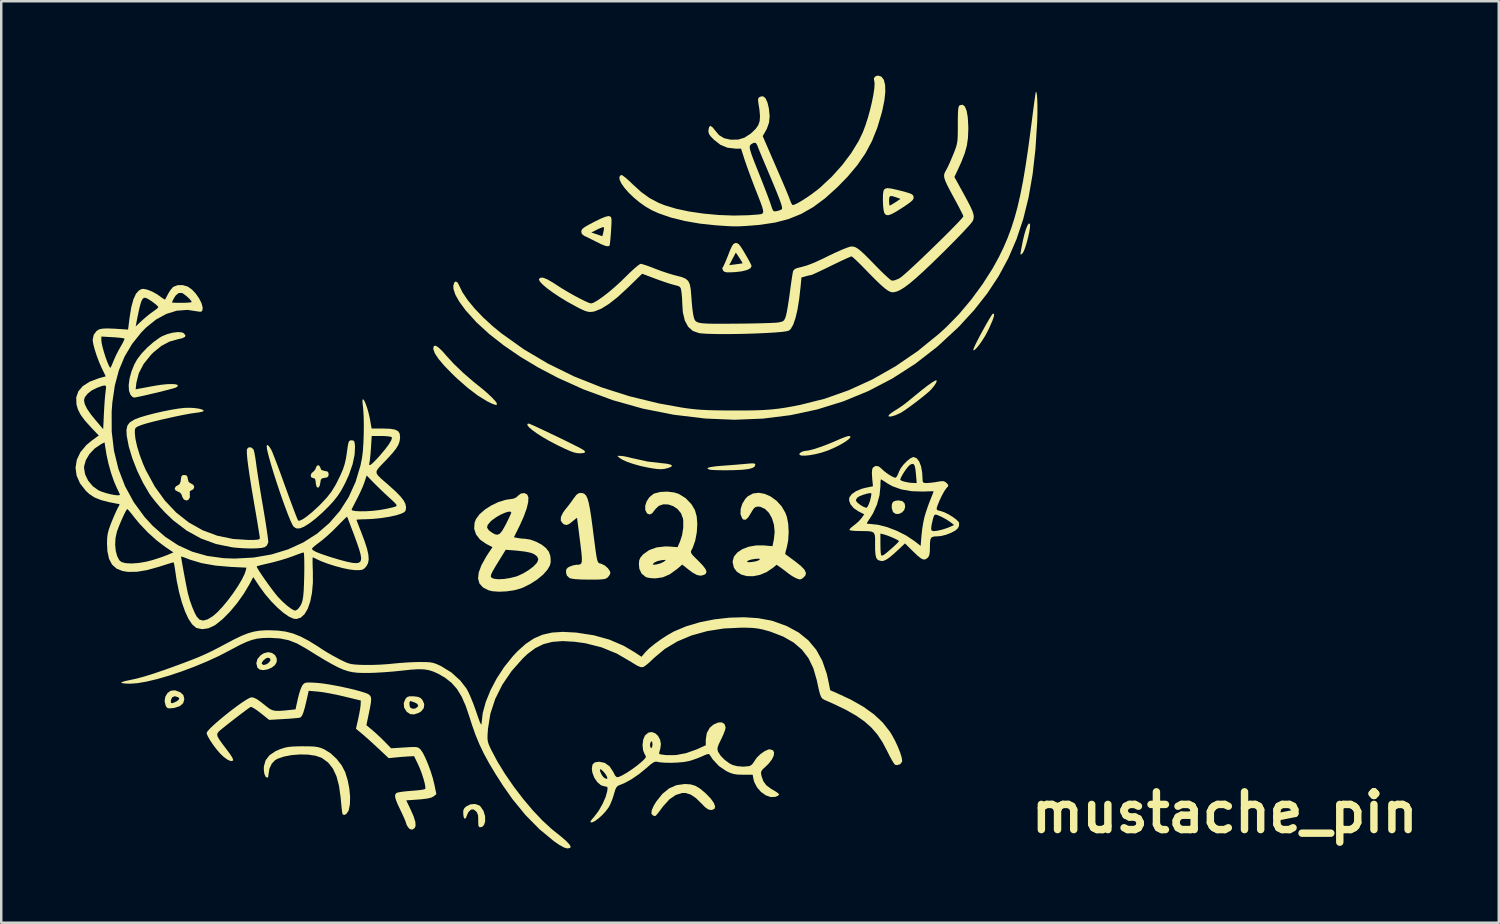
<source format=kicad_pcb>
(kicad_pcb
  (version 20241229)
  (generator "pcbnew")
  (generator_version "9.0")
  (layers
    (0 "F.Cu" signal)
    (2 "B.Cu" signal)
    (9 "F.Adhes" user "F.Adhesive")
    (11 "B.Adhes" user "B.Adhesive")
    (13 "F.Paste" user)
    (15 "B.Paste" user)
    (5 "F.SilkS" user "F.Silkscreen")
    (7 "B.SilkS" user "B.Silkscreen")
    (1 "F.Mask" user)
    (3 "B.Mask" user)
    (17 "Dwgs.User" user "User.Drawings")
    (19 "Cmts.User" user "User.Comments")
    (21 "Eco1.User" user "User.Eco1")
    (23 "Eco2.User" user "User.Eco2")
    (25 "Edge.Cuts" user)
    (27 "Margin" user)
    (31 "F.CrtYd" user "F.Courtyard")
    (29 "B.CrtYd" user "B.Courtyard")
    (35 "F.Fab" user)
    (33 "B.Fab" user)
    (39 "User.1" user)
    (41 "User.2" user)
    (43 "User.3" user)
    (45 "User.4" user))
  (footprint "mustache_pin"
    (layer "F.Cu")
    (at 46.391 29.75)
    (property "Reference" "mustache_pin" (at 0 0 0) (layer "F.SilkS") (effects (font (size 1.524 1.524) (thickness 0.3))))
    (attr board_only exclude_from_pos_files exclude_from_bom)
    (fp_poly (pts (xy -13.011 -12.569) (xy -12.921 -12.474) (xy -12.9 -12.348) (xy -12.937 -12.212) (xy -13.032 -12.111) (xy -13.155 -12.054) (xy -13.281 -12.054) (xy -13.381 -12.12) (xy -13.398 -12.147) (xy -13.444 -12.298) (xy -13.437 -12.448) (xy -13.39 -12.54) (xy -13.3 -12.583) (xy -13.175 -12.6)) (stroke (width 0) (type solid)) (fill yes) (layer "F.SilkS"))
    (fp_poly (pts (xy -7.859 -23.732) (xy -7.861 -23.621) (xy -7.889 -23.444) (xy -7.935 -23.23) (xy -7.993 -23.008) (xy -8.055 -22.806) (xy -8.115 -22.653) (xy -8.152 -22.589) (xy -8.218 -22.526) (xy -8.248 -22.529) (xy -8.248 -22.532) (xy -8.239 -22.603) (xy -8.214 -22.747) (xy -8.177 -22.942) (xy -8.149 -23.08) (xy -8.09 -23.331) (xy -8.029 -23.537) (xy -7.969 -23.688) (xy -7.916 -23.771) (xy -7.876 -23.775)) (stroke (width 0) (type solid)) (fill yes) (layer "F.SilkS"))
    (fp_poly (pts (xy -9.311 -20.124) (xy -9.318 -20.028) (xy -9.378 -19.852) (xy -9.492 -19.593) (xy -9.573 -19.425) (xy -9.669 -19.245) (xy -9.78 -19.067) (xy -9.894 -18.903) (xy -10 -18.77) (xy -10.085 -18.683) (xy -10.138 -18.655) (xy -10.15 -18.68) (xy -10.127 -18.752) (xy -10.065 -18.889) (xy -9.973 -19.073) (xy -9.862 -19.285) (xy -9.741 -19.508) (xy -9.622 -19.722) (xy -9.513 -19.91) (xy -9.425 -20.052) (xy -9.367 -20.131) (xy -9.355 -20.141)) (stroke (width 0) (type solid)) (fill yes) (layer "F.SilkS"))
    (fp_poly (pts (xy -24.272 -14.385) (xy -24.104 -14.351) (xy -24.022 -14.329) (xy -23.302 -14.168) (xy -22.754 -14.105) (xy -22.518 -14.08) (xy -22.369 -14.044) (xy -22.312 -14.002) (xy -22.349 -13.954) (xy -22.483 -13.904) (xy -22.484 -13.903) (xy -22.623 -13.871) (xy -22.756 -13.858) (xy -22.911 -13.866) (xy -23.117 -13.895) (xy -23.283 -13.924) (xy -23.579 -13.987) (xy -23.864 -14.067) (xy -24.117 -14.153) (xy -24.313 -14.24) (xy -24.412 -14.302) (xy -24.525 -14.397) (xy -24.397 -14.398)) (stroke (width 0) (type solid)) (fill yes) (layer "F.SilkS"))
    (fp_poly (pts (xy -19.011 -14.092) (xy -18.96 -14.072) (xy -18.95 -14.039) (xy -18.978 -13.964) (xy -19.067 -13.907) (xy -19.225 -13.865) (xy -19.463 -13.837) (xy -19.787 -13.821) (xy -19.95 -13.818) (xy -20.219 -13.816) (xy -20.462 -13.819) (xy -20.655 -13.826) (xy -20.778 -13.838) (xy -20.799 -13.842) (xy -20.881 -13.88) (xy -20.863 -13.915) (xy -20.746 -13.947) (xy -20.531 -13.977) (xy -20.231 -14.002) (xy -19.957 -14.022) (xy -19.675 -14.045) (xy -19.426 -14.066) (xy -19.312 -14.077) (xy -19.122 -14.093)) (stroke (width 0) (type solid)) (fill yes) (layer "F.SilkS"))
    (fp_poly (pts (xy -31.735 -18.77) (xy -31.57 -18.61) (xy -31.441 -18.461) (xy -31.121 -18.111) (xy -30.736 -17.742) (xy -30.31 -17.375) (xy -30.125 -17.228) (xy -29.917 -17.059) (xy -29.72 -16.885) (xy -29.554 -16.725) (xy -29.436 -16.596) (xy -29.394 -16.538) (xy -29.377 -16.466) (xy -29.437 -16.454) (xy -29.575 -16.502) (xy -29.766 -16.595) (xy -30.144 -16.826) (xy -30.559 -17.141) (xy -31.005 -17.533) (xy -31.194 -17.715) (xy -31.509 -18.039) (xy -31.74 -18.313) (xy -31.886 -18.534) (xy -31.948 -18.704) (xy -31.95 -18.735) (xy -31.926 -18.833) (xy -31.854 -18.845)) (stroke (width 0) (type solid)) (fill yes) (layer "F.SilkS"))
    (fp_poly (pts (xy -30.096 -0.287) (xy -30.048 -0.248) (xy -29.924 -0.067) (xy -29.858 0.149) (xy -29.856 0.365) (xy -29.902 0.503) (xy -29.978 0.582) (xy -30.067 0.597) (xy -30.119 0.56) (xy -30.131 0.49) (xy -30.136 0.359) (xy -30.134 0.287) (xy -30.142 0.114) (xy -30.188 -0.003) (xy -30.231 -0.054) (xy -30.323 -0.124) (xy -30.405 -0.122) (xy -30.443 -0.104) (xy -30.531 -0.016) (xy -30.586 0.101) (xy -30.635 0.227) (xy -30.683 0.254) (xy -30.722 0.186) (xy -30.74 0.068) (xy -30.739 -0.079) (xy -30.696 -0.175) (xy -30.621 -0.244) (xy -30.448 -0.33) (xy -30.261 -0.344)) (stroke (width 0) (type solid)) (fill yes) (layer "F.SilkS"))
    (fp_poly (pts (xy -28.035 -15.679) (xy -27.903 -15.621) (xy -27.712 -15.533) (xy -27.476 -15.422) (xy -27.21 -15.296) (xy -26.93 -15.162) (xy -26.65 -15.026) (xy -26.386 -14.896) (xy -26.152 -14.779) (xy -26.002 -14.702) (xy -25.86 -14.616) (xy -25.815 -14.553) (xy -25.866 -14.514) (xy -26.015 -14.5) (xy -26.034 -14.5) (xy -26.146 -14.508) (xy -26.269 -14.535) (xy -26.421 -14.589) (xy -26.62 -14.676) (xy -26.882 -14.802) (xy -26.975 -14.848) (xy -27.272 -15.003) (xy -27.54 -15.158) (xy -27.771 -15.306) (xy -27.956 -15.44) (xy -28.087 -15.553) (xy -28.153 -15.638) (xy -28.146 -15.689) (xy -28.092 -15.7)) (stroke (width 0) (type solid)) (fill yes) (layer "F.SilkS"))
    (fp_poly (pts (xy -15.109 -15.181) (xy -15.121 -15.128) (xy -15.202 -15.049) (xy -15.341 -14.952) (xy -15.526 -14.844) (xy -15.748 -14.732) (xy -15.994 -14.625) (xy -16.059 -14.6) (xy -16.279 -14.527) (xy -16.514 -14.468) (xy -16.742 -14.426) (xy -16.942 -14.406) (xy -17.091 -14.409) (xy -17.168 -14.439) (xy -17.169 -14.441) (xy -17.159 -14.501) (xy -17.081 -14.558) (xy -16.965 -14.595) (xy -16.909 -14.6) (xy -16.777 -14.62) (xy -16.576 -14.673) (xy -16.329 -14.754) (xy -16.057 -14.854) (xy -15.784 -14.966) (xy -15.693 -15.006) (xy -15.496 -15.091) (xy -15.326 -15.157) (xy -15.208 -15.195) (xy -15.177 -15.2)) (stroke (width 0) (type solid)) (fill yes) (layer "F.SilkS"))
    (fp_poly (pts (xy -11.625 -17.417) (xy -11.66 -17.331) (xy -11.736 -17.216) (xy -11.837 -17.093) (xy -11.908 -17.02) (xy -12.058 -16.89) (xy -12.252 -16.732) (xy -12.47 -16.564) (xy -12.688 -16.401) (xy -12.885 -16.26) (xy -13.039 -16.159) (xy -13.097 -16.126) (xy -13.292 -16.038) (xy -13.45 -15.99) (xy -13.553 -15.986) (xy -13.576 -16.002) (xy -13.553 -16.051) (xy -13.465 -16.127) (xy -13.389 -16.178) (xy -13.2 -16.297) (xy -13.033 -16.41) (xy -12.861 -16.538) (xy -12.66 -16.7) (xy -12.475 -16.853) (xy -12.211 -17.068) (xy -11.985 -17.242) (xy -11.805 -17.368) (xy -11.683 -17.438) (xy -11.642 -17.45)) (stroke (width 0) (type solid)) (fill yes) (layer "F.SilkS"))
    (fp_poly (pts (xy -38.464 -6.443) (xy -38.338 -6.353) (xy -38.268 -6.218) (xy -38.271 -6.074) (xy -38.343 -5.949) (xy -38.473 -5.848) (xy -38.635 -5.779) (xy -38.802 -5.749) (xy -38.947 -5.766) (xy -39.043 -5.838) (xy -39.048 -5.847) (xy -39.087 -5.998) (xy -38.874 -5.998) (xy -38.795 -5.952) (xy -38.676 -5.988) (xy -38.598 -6.042) (xy -38.526 -6.135) (xy -38.533 -6.213) (xy -38.615 -6.25) (xy -38.628 -6.25) (xy -38.714 -6.218) (xy -38.803 -6.145) (xy -38.866 -6.06) (xy -38.874 -5.998) (xy -39.087 -5.998) (xy -39.094 -6.026) (xy -39.047 -6.199) (xy -38.914 -6.352) (xy -38.797 -6.426) (xy -38.625 -6.472)) (stroke (width 0) (type solid)) (fill yes) (layer "F.SilkS"))
    (fp_poly (pts (xy -36.52 -13.958) (xy -36.509 -13.915) (xy -36.469 -13.831) (xy -36.362 -13.794) (xy -36.334 -13.79) (xy -36.222 -13.766) (xy -36.179 -13.705) (xy -36.175 -13.65) (xy -36.192 -13.56) (xy -36.265 -13.52) (xy -36.335 -13.51) (xy -36.443 -13.488) (xy -36.491 -13.43) (xy -36.51 -13.313) (xy -36.538 -13.182) (xy -36.587 -13.115) (xy -36.64 -13.127) (xy -36.669 -13.177) (xy -36.694 -13.292) (xy -36.7 -13.379) (xy -36.725 -13.475) (xy -36.8 -13.5) (xy -36.879 -13.535) (xy -36.899 -13.614) (xy -36.86 -13.703) (xy -36.803 -13.748) (xy -36.719 -13.837) (xy -36.691 -13.912) (xy -36.647 -14.003) (xy -36.578 -14.019)) (stroke (width 0) (type solid)) (fill yes) (layer "F.SilkS"))
    (fp_poly (pts (xy -41.91 -13.607) (xy -41.869 -13.534) (xy -41.86 -13.467) (xy -41.825 -13.343) (xy -41.74 -13.284) (xy -41.722 -13.279) (xy -41.627 -13.219) (xy -41.599 -13.129) (xy -41.64 -13.046) (xy -41.704 -13.014) (xy -41.779 -12.968) (xy -41.779 -12.872) (xy -41.774 -12.731) (xy -41.824 -12.633) (xy -41.908 -12.593) (xy -42.005 -12.628) (xy -42.038 -12.662) (xy -42.091 -12.764) (xy -42.107 -12.823) (xy -42.166 -12.909) (xy -42.25 -12.95) (xy -42.36 -13.007) (xy -42.389 -13.09) (xy -42.334 -13.17) (xy -42.282 -13.197) (xy -42.192 -13.256) (xy -42.15 -13.362) (xy -42.141 -13.435) (xy -42.121 -13.561) (xy -42.078 -13.614) (xy -42 -13.625)) (stroke (width 0) (type solid)) (fill yes) (layer "F.SilkS"))
    (fp_poly (pts (xy -42.363 -4.927) (xy -42.157 -4.85) (xy -42.039 -4.738) (xy -42 -4.584) (xy -42 -4.58) (xy -42.045 -4.416) (xy -42.177 -4.297) (xy -42.395 -4.224) (xy -42.482 -4.212) (xy -42.621 -4.203) (xy -42.697 -4.227) (xy -42.746 -4.298) (xy -42.754 -4.315) (xy -42.782 -4.435) (xy -42.544 -4.435) (xy -42.504 -4.411) (xy -42.441 -4.426) (xy -42.316 -4.484) (xy -42.25 -4.532) (xy -42.201 -4.594) (xy -42.231 -4.639) (xy -42.25 -4.652) (xy -42.382 -4.695) (xy -42.487 -4.653) (xy -42.541 -4.538) (xy -42.541 -4.533) (xy -42.544 -4.435) (xy -42.782 -4.435) (xy -42.796 -4.498) (xy -42.768 -4.673) (xy -42.682 -4.819) (xy -42.553 -4.913) (xy -42.395 -4.933)) (stroke (width 0) (type solid)) (fill yes) (layer "F.SilkS"))
    (fp_poly (pts (xy -32.738 -4.69) (xy -32.569 -4.669) (xy -32.462 -4.622) (xy -32.387 -4.543) (xy -32.314 -4.376) (xy -32.334 -4.214) (xy -32.442 -4.079) (xy -32.523 -4.029) (xy -32.72 -3.961) (xy -32.876 -3.97) (xy -33.014 -4.06) (xy -33.027 -4.073) (xy -33.129 -4.238) (xy -33.137 -4.368) (xy -32.914 -4.368) (xy -32.895 -4.272) (xy -32.869 -4.226) (xy -32.769 -4.185) (xy -32.655 -4.206) (xy -32.573 -4.278) (xy -32.56 -4.312) (xy -32.593 -4.384) (xy -32.705 -4.444) (xy -32.816 -4.482) (xy -32.875 -4.5) (xy -32.877 -4.5) (xy -32.908 -4.459) (xy -32.914 -4.368) (xy -33.137 -4.368) (xy -33.141 -4.425) (xy -33.07 -4.591) (xy -33.006 -4.66) (xy -32.919 -4.69) (xy -32.774 -4.692)) (stroke (width 0) (type solid)) (fill yes) (layer "F.SilkS"))
    (fp_poly (pts (xy -21.555 -1.134) (xy -21.366 -1.076) (xy -21.178 -0.963) (xy -20.964 -0.783) (xy -20.938 -0.759) (xy -20.744 -0.557) (xy -20.622 -0.383) (xy -20.572 -0.244) (xy -20.598 -0.148) (xy -20.7 -0.103) (xy -20.747 -0.1) (xy -20.856 -0.127) (xy -20.98 -0.217) (xy -21.107 -0.346) (xy -21.343 -0.578) (xy -21.557 -0.723) (xy -21.759 -0.786) (xy -21.906 -0.786) (xy -22.164 -0.706) (xy -22.413 -0.534) (xy -22.658 -0.267) (xy -22.726 -0.177) (xy -22.838 -0.025) (xy -22.93 0.088) (xy -22.985 0.143) (xy -22.992 0.146) (xy -23.064 0.126) (xy -23.087 0.117) (xy -23.145 0.046) (xy -23.132 -0.087) (xy -23.05 -0.274) (xy -22.95 -0.439) (xy -22.7 -0.753) (xy -22.43 -0.973) (xy -22.133 -1.104) (xy -21.799 -1.15) (xy -21.774 -1.15)) (stroke (width 0) (type solid)) (fill yes) (layer "F.SilkS"))
    (fp_poly (pts (xy -24.842 -24.072) (xy -24.797 -24.053) (xy -24.769 -24.018) (xy -24.756 -23.947) (xy -24.755 -23.824) (xy -24.764 -23.63) (xy -24.774 -23.482) (xy -24.79 -23.255) (xy -24.807 -23.065) (xy -24.823 -22.935) (xy -24.833 -22.887) (xy -24.889 -22.856) (xy -24.999 -22.873) (xy -25.172 -22.942) (xy -25.375 -23.043) (xy -25.56 -23.137) (xy -25.726 -23.219) (xy -25.84 -23.271) (xy -25.85 -23.275) (xy -25.953 -23.355) (xy -25.967 -23.414) (xy -25.568 -23.414) (xy -25.346 -23.34) (xy -25.125 -23.265) (xy -25.082 -23.435) (xy -25.06 -23.555) (xy -25.062 -23.627) (xy -25.064 -23.631) (xy -25.119 -23.625) (xy -25.233 -23.581) (xy -25.329 -23.536) (xy -25.568 -23.414) (xy -25.967 -23.414) (xy -25.975 -23.45) (xy -25.964 -23.51) (xy -25.922 -23.568) (xy -25.833 -23.636) (xy -25.683 -23.723) (xy -25.461 -23.84) (xy -25.195 -23.971) (xy -25.005 -24.048) (xy -24.883 -24.077)) (stroke (width 0) (type solid)) (fill yes) (layer "F.SilkS"))
    (fp_poly (pts (xy -19.683 -22.984) (xy -19.622 -22.945) (xy -19.548 -22.856) (xy -19.449 -22.703) (xy -19.363 -22.559) (xy -19.253 -22.368) (xy -19.166 -22.207) (xy -19.112 -22.095) (xy -19.1 -22.058) (xy -19.148 -21.971) (xy -19.286 -21.899) (xy -19.506 -21.845) (xy -19.758 -21.816) (xy -19.972 -21.805) (xy -20.109 -21.807) (xy -20.191 -21.827) (xy -20.242 -21.866) (xy -20.245 -21.868) (xy -20.284 -21.961) (xy -20.261 -22.012) (xy -20.222 -22.084) (xy -20.216 -22.096) (xy -20.003 -22.096) (xy -19.739 -22.13) (xy -19.59 -22.15) (xy -19.489 -22.166) (xy -19.464 -22.171) (xy -19.483 -22.214) (xy -19.543 -22.313) (xy -19.595 -22.393) (xy -19.736 -22.606) (xy -19.87 -22.351) (xy -20.003 -22.096) (xy -20.216 -22.096) (xy -20.158 -22.226) (xy -20.081 -22.413) (xy -20.037 -22.525) (xy -19.952 -22.739) (xy -19.886 -22.875) (xy -19.83 -22.951) (xy -19.771 -22.984) (xy -19.745 -22.989)) (stroke (width 0) (type solid)) (fill yes) (layer "F.SilkS"))
    (fp_poly (pts (xy -13.464 -25.189) (xy -13.229 -25.136) (xy -13.1 -25.104) (xy -12.867 -25.042) (xy -12.714 -24.995) (xy -12.624 -24.953) (xy -12.579 -24.909) (xy -12.561 -24.855) (xy -12.56 -24.845) (xy -12.564 -24.784) (xy -12.6 -24.721) (xy -12.683 -24.645) (xy -12.825 -24.541) (xy -13.02 -24.411) (xy -13.27 -24.253) (xy -13.454 -24.155) (xy -13.584 -24.112) (xy -13.672 -24.122) (xy -13.73 -24.182) (xy -13.751 -24.228) (xy -13.775 -24.34) (xy -13.792 -24.516) (xy -13.799 -24.7) (xy -13.55 -24.7) (xy -13.544 -24.575) (xy -13.53 -24.505) (xy -13.524 -24.5) (xy -13.471 -24.525) (xy -13.364 -24.59) (xy -13.293 -24.635) (xy -13.089 -24.771) (xy -13.257 -24.832) (xy -13.416 -24.883) (xy -13.504 -24.884) (xy -13.542 -24.827) (xy -13.55 -24.702) (xy -13.55 -24.7) (xy -13.799 -24.7) (xy -13.8 -24.721) (xy -13.8 -24.751) (xy -13.796 -24.957) (xy -13.775 -25.097) (xy -13.723 -25.177) (xy -13.624 -25.205)) (stroke (width 0) (type solid)) (fill yes) (layer "F.SilkS"))
    (fp_poly (pts (xy -42.101 -19.383) (xy -42.026 -19.351) (xy -41.955 -19.266) (xy -41.974 -19.199) (xy -42.086 -19.145) (xy -42.252 -19.108) (xy -42.602 -19.009) (xy -42.926 -18.836) (xy -43.243 -18.578) (xy -43.351 -18.47) (xy -43.641 -18.111) (xy -43.836 -17.738) (xy -43.934 -17.356) (xy -43.935 -17.346) (xy -43.966 -17.084) (xy -43.795 -17.116) (xy -43.663 -17.14) (xy -43.471 -17.176) (xy -43.257 -17.216) (xy -43.225 -17.222) (xy -42.946 -17.266) (xy -42.7 -17.291) (xy -42.497 -17.297) (xy -42.349 -17.286) (xy -42.268 -17.257) (xy -42.263 -17.212) (xy -42.337 -17.157) (xy -42.411 -17.131) (xy -42.562 -17.09) (xy -42.769 -17.036) (xy -43.011 -16.976) (xy -43.267 -16.914) (xy -43.517 -16.856) (xy -43.74 -16.806) (xy -43.914 -16.769) (xy -44.019 -16.751) (xy -44.035 -16.75) (xy -44.105 -16.787) (xy -44.172 -16.861) (xy -44.234 -17.026) (xy -44.246 -17.253) (xy -44.211 -17.52) (xy -44.133 -17.806) (xy -44.018 -18.09) (xy -43.901 -18.299) (xy -43.724 -18.531) (xy -43.493 -18.772) (xy -43.238 -18.996) (xy -42.99 -19.173) (xy -42.889 -19.231) (xy -42.684 -19.314) (xy -42.466 -19.37) (xy -42.262 -19.394)) (stroke (width 0) (type solid)) (fill yes) (layer "F.SilkS"))
    (fp_poly (pts (xy -36.956 -2.671) (xy -36.761 -2.662) (xy -36.614 -2.642) (xy -36.49 -2.607) (xy -36.362 -2.555) (xy -36.361 -2.555) (xy -36.102 -2.396) (xy -35.854 -2.167) (xy -35.645 -1.898) (xy -35.505 -1.627) (xy -35.405 -1.303) (xy -35.339 -0.964) (xy -35.308 -0.635) (xy -35.314 -0.342) (xy -35.359 -0.109) (xy -35.372 -0.073) (xy -35.445 0.042) (xy -35.527 0.098) (xy -35.595 0.084) (xy -35.621 0.037) (xy -35.632 -0.035) (xy -35.65 -0.185) (xy -35.67 -0.389) (xy -35.69 -0.6) (xy -35.755 -1.075) (xy -35.858 -1.464) (xy -36.003 -1.775) (xy -36.193 -2.015) (xy -36.433 -2.192) (xy -36.467 -2.211) (xy -36.703 -2.292) (xy -37.001 -2.336) (xy -37.334 -2.344) (xy -37.671 -2.317) (xy -37.983 -2.257) (xy -38.243 -2.166) (xy -38.332 -2.116) (xy -38.469 -1.974) (xy -38.564 -1.774) (xy -38.6 -1.552) (xy -38.6 -1.552) (xy -38.614 -1.446) (xy -38.647 -1.4) (xy -38.648 -1.4) (xy -38.72 -1.445) (xy -38.77 -1.566) (xy -38.792 -1.737) (xy -38.788 -1.862) (xy -38.72 -2.105) (xy -38.564 -2.309) (xy -38.319 -2.476) (xy -38.125 -2.56) (xy -37.969 -2.611) (xy -37.812 -2.645) (xy -37.625 -2.663) (xy -37.381 -2.672) (xy -37.225 -2.673)) (stroke (width 0) (type solid)) (fill yes) (layer "F.SilkS"))
    (fp_poly (pts (xy -35.174 -15.015) (xy -35.134 -14.969) (xy -35.116 -14.861) (xy -35.109 -14.779) (xy -35.125 -14.446) (xy -35.207 -14.061) (xy -35.35 -13.643) (xy -35.511 -13.288) (xy -35.662 -13.006) (xy -35.814 -12.773) (xy -35.996 -12.548) (xy -36.169 -12.361) (xy -36.443 -12.091) (xy -36.711 -11.856) (xy -36.959 -11.667) (xy -37.172 -11.535) (xy -37.338 -11.47) (xy -37.339 -11.47) (xy -37.484 -11.47) (xy -37.586 -11.536) (xy -37.641 -11.623) (xy -37.719 -11.792) (xy -37.815 -12.027) (xy -37.924 -12.315) (xy -38.042 -12.641) (xy -38.163 -12.991) (xy -38.282 -13.349) (xy -38.395 -13.702) (xy -38.496 -14.035) (xy -38.581 -14.333) (xy -38.644 -14.583) (xy -38.667 -14.692) (xy -38.675 -14.808) (xy -38.644 -14.839) (xy -38.583 -14.788) (xy -38.499 -14.659) (xy -38.484 -14.63) (xy -38.441 -14.534) (xy -38.371 -14.357) (xy -38.278 -14.115) (xy -38.168 -13.823) (xy -38.047 -13.493) (xy -37.92 -13.141) (xy -37.918 -13.136) (xy -37.794 -12.793) (xy -37.679 -12.481) (xy -37.578 -12.211) (xy -37.496 -11.997) (xy -37.437 -11.852) (xy -37.406 -11.786) (xy -37.405 -11.785) (xy -37.335 -11.782) (xy -37.208 -11.845) (xy -37.035 -11.967) (xy -36.827 -12.138) (xy -36.595 -12.351) (xy -36.474 -12.471) (xy -36.242 -12.719) (xy -36.064 -12.947) (xy -35.911 -13.195) (xy -35.842 -13.325) (xy -35.7 -13.612) (xy -35.599 -13.845) (xy -35.529 -14.058) (xy -35.477 -14.282) (xy -35.435 -14.55) (xy -35.429 -14.598) (xy -35.4 -14.804) (xy -35.374 -14.931) (xy -35.343 -14.996) (xy -35.3 -15.021) (xy -35.249 -15.025)) (stroke (width 0) (type solid)) (fill yes) (layer "F.SilkS"))
    (fp_poly (pts (xy -25.913 -12.891) (xy -25.84 -12.857) (xy -25.778 -12.788) (xy -25.724 -12.674) (xy -25.675 -12.504) (xy -25.628 -12.27) (xy -25.579 -11.96) (xy -25.525 -11.565) (xy -25.501 -11.375) (xy -25.451 -10.984) (xy -25.412 -10.681) (xy -25.38 -10.454) (xy -25.353 -10.291) (xy -25.328 -10.182) (xy -25.302 -10.114) (xy -25.272 -10.076) (xy -25.236 -10.057) (xy -25.189 -10.046) (xy -25.166 -10.04) (xy -25.027 -9.973) (xy -24.901 -9.862) (xy -24.817 -9.739) (xy -24.8 -9.668) (xy -24.833 -9.585) (xy -24.9 -9.5) (xy -24.95 -9.459) (xy -25.016 -9.431) (xy -25.116 -9.414) (xy -25.268 -9.404) (xy -25.491 -9.401) (xy -25.663 -9.401) (xy -26 -9.407) (xy -26.252 -9.423) (xy -26.412 -9.45) (xy -26.45 -9.464) (xy -26.557 -9.564) (xy -26.59 -9.686) (xy -26.585 -9.806) (xy -26.523 -9.883) (xy -26.455 -9.922) (xy -26.305 -9.978) (xy -26.165 -10.001) (xy -26.076 -10.004) (xy -26.013 -10.021) (xy -25.972 -10.064) (xy -25.952 -10.148) (xy -25.952 -10.284) (xy -25.969 -10.485) (xy -26.002 -10.765) (xy -26.029 -10.975) (xy -26.065 -11.263) (xy -26.097 -11.515) (xy -26.123 -11.714) (xy -26.14 -11.846) (xy -26.146 -11.893) (xy -26.182 -11.874) (xy -26.268 -11.805) (xy -26.327 -11.755) (xy -26.467 -11.645) (xy -26.572 -11.606) (xy -26.668 -11.631) (xy -26.722 -11.666) (xy -26.803 -11.78) (xy -26.797 -11.934) (xy -26.703 -12.122) (xy -26.615 -12.239) (xy -26.477 -12.411) (xy -26.341 -12.594) (xy -26.277 -12.688) (xy -26.171 -12.825) (xy -26.076 -12.889) (xy -26.001 -12.9)) (stroke (width 0) (type solid)) (fill yes) (layer "F.SilkS"))
    (fp_poly (pts (xy -22.224 -12.92) (xy -22.041 -12.862) (xy -21.76 -12.688) (xy -21.526 -12.443) (xy -21.387 -12.207) (xy -21.316 -11.955) (xy -21.292 -11.646) (xy -21.312 -11.312) (xy -21.373 -10.985) (xy -21.473 -10.696) (xy -21.519 -10.605) (xy -21.547 -10.544) (xy -21.544 -10.487) (xy -21.5 -10.415) (xy -21.403 -10.31) (xy -21.271 -10.18) (xy -21.078 -9.981) (xy -20.962 -9.831) (xy -20.92 -9.72) (xy -20.948 -9.641) (xy -21.018 -9.594) (xy -21.155 -9.559) (xy -21.301 -9.586) (xy -21.476 -9.68) (xy -21.642 -9.803) (xy -21.9 -10.008) (xy -22.109 -9.829) (xy -22.401 -9.617) (xy -22.686 -9.494) (xy -22.98 -9.452) (xy -23.003 -9.452) (xy -23.176 -9.462) (xy -23.321 -9.488) (xy -23.375 -9.508) (xy -23.542 -9.646) (xy -23.631 -9.837) (xy -23.649 -10.011) (xy -23.648 -10.019) (xy -23.088 -10.019) (xy -23.068 -10.001) (xy -22.968 -10.011) (xy -22.938 -10.015) (xy -22.78 -10.057) (xy -22.647 -10.121) (xy -22.638 -10.127) (xy -22.574 -10.178) (xy -22.576 -10.198) (xy -22.656 -10.194) (xy -22.744 -10.184) (xy -22.899 -10.149) (xy -23.02 -10.093) (xy -23.044 -10.073) (xy -23.088 -10.019) (xy -23.648 -10.019) (xy -23.639 -10.17) (xy -23.592 -10.286) (xy -23.488 -10.409) (xy -23.475 -10.422) (xy -23.236 -10.593) (xy -22.933 -10.702) (xy -22.584 -10.742) (xy -22.411 -10.736) (xy -22.09 -10.711) (xy -21.991 -10.934) (xy -21.906 -11.196) (xy -21.86 -11.493) (xy -21.858 -11.773) (xy -21.871 -11.869) (xy -21.95 -12.08) (xy -22.089 -12.25) (xy -22.268 -12.37) (xy -22.467 -12.436) (xy -22.666 -12.441) (xy -22.847 -12.378) (xy -22.989 -12.242) (xy -22.998 -12.228) (xy -23.112 -12.081) (xy -23.214 -12.029) (xy -23.311 -12.069) (xy -23.324 -12.081) (xy -23.393 -12.215) (xy -23.394 -12.385) (xy -23.334 -12.565) (xy -23.224 -12.73) (xy -23.073 -12.854) (xy -23.019 -12.881) (xy -22.781 -12.941) (xy -22.501 -12.954)) (stroke (width 0) (type solid)) (fill yes) (layer "F.SilkS"))
    (fp_poly (pts (xy -18.568 -12.863) (xy -18.322 -12.752) (xy -18.091 -12.583) (xy -17.891 -12.363) (xy -17.737 -12.101) (xy -17.675 -11.933) (xy -17.62 -11.647) (xy -17.603 -11.315) (xy -17.623 -10.982) (xy -17.678 -10.704) (xy -17.719 -10.558) (xy -17.74 -10.458) (xy -17.741 -10.431) (xy -17.696 -10.399) (xy -17.59 -10.321) (xy -17.44 -10.21) (xy -17.338 -10.135) (xy -17.109 -9.952) (xy -16.967 -9.803) (xy -16.907 -9.679) (xy -16.925 -9.573) (xy -16.998 -9.492) (xy -17.085 -9.426) (xy -17.153 -9.408) (xy -17.245 -9.435) (xy -17.325 -9.469) (xy -17.469 -9.548) (xy -17.616 -9.651) (xy -17.625 -9.658) (xy -17.776 -9.776) (xy -17.93 -9.889) (xy -17.933 -9.891) (xy -18.091 -10.001) (xy -18.233 -9.882) (xy -18.493 -9.706) (xy -18.765 -9.592) (xy -19.035 -9.539) (xy -19.288 -9.543) (xy -19.512 -9.603) (xy -19.692 -9.717) (xy -19.814 -9.882) (xy -19.864 -10.097) (xy -19.864 -10.114) (xy -19.282 -10.114) (xy -19.228 -10.103) (xy -19.091 -10.112) (xy -19.083 -10.113) (xy -18.929 -10.14) (xy -18.813 -10.18) (xy -18.783 -10.2) (xy -18.768 -10.236) (xy -18.822 -10.247) (xy -18.959 -10.238) (xy -18.967 -10.237) (xy -19.121 -10.21) (xy -19.237 -10.17) (xy -19.267 -10.15) (xy -19.282 -10.114) (xy -19.864 -10.114) (xy -19.864 -10.142) (xy -19.812 -10.33) (xy -19.676 -10.496) (xy -19.471 -10.632) (xy -19.213 -10.73) (xy -18.917 -10.782) (xy -18.597 -10.782) (xy -18.594 -10.781) (xy -18.257 -10.75) (xy -18.2 -11.027) (xy -18.169 -11.329) (xy -18.198 -11.619) (xy -18.278 -11.881) (xy -18.402 -12.1) (xy -18.563 -12.258) (xy -18.752 -12.342) (xy -18.837 -12.35) (xy -18.93 -12.337) (xy -19.004 -12.283) (xy -19.083 -12.166) (xy -19.122 -12.097) (xy -19.238 -11.912) (xy -19.337 -11.821) (xy -19.423 -11.82) (xy -19.482 -11.876) (xy -19.547 -12.043) (xy -19.542 -12.247) (xy -19.476 -12.462) (xy -19.355 -12.66) (xy -19.253 -12.765) (xy -19.049 -12.877) (xy -18.815 -12.907)) (stroke (width 0) (type solid)) (fill yes) (layer "F.SilkS"))
    (fp_poly (pts (xy -7.601 -29.071) (xy -7.581 -28.964) (xy -7.568 -28.785) (xy -7.561 -28.547) (xy -7.561 -28.263) (xy -7.568 -27.948) (xy -7.571 -27.878) (xy -7.64 -26.783) (xy -7.755 -25.77) (xy -7.918 -24.831) (xy -8.134 -23.957) (xy -8.406 -23.142) (xy -8.736 -22.376) (xy -9.127 -21.651) (xy -9.584 -20.959) (xy -10.109 -20.291) (xy -10.704 -19.641) (xy -10.774 -19.571) (xy -11.609 -18.799) (xy -12.492 -18.114) (xy -13.419 -17.519) (xy -14.388 -17.013) (xy -15.398 -16.597) (xy -16.444 -16.273) (xy -17.527 -16.04) (xy -18.642 -15.901) (xy -19.788 -15.855) (xy -20.962 -15.904) (xy -20.975 -15.905) (xy -22.249 -16.058) (xy -23.491 -16.304) (xy -24.704 -16.646) (xy -25.894 -17.084) (xy -26.925 -17.55) (xy -27.707 -17.961) (xy -28.436 -18.398) (xy -29.103 -18.855) (xy -29.7 -19.323) (xy -30.215 -19.797) (xy -30.641 -20.27) (xy -30.65 -20.282) (xy -30.895 -20.614) (xy -31.056 -20.896) (xy -31.134 -21.129) (xy -31.141 -21.26) (xy -31.104 -21.395) (xy -31.039 -21.439) (xy -30.965 -21.39) (xy -30.91 -21.283) (xy -30.773 -21.001) (xy -30.56 -20.684) (xy -30.278 -20.343) (xy -29.94 -19.989) (xy -29.555 -19.635) (xy -29.199 -19.343) (xy -28.296 -18.7) (xy -27.321 -18.122) (xy -26.282 -17.611) (xy -25.184 -17.171) (xy -24.036 -16.805) (xy -22.843 -16.514) (xy -21.9 -16.344) (xy -21.646 -16.308) (xy -21.407 -16.28) (xy -21.163 -16.259) (xy -20.893 -16.245) (xy -20.579 -16.236) (xy -20.2 -16.231) (xy -19.85 -16.229) (xy -19.369 -16.229) (xy -18.967 -16.235) (xy -18.622 -16.248) (xy -18.313 -16.27) (xy -18.019 -16.302) (xy -17.719 -16.346) (xy -17.391 -16.405) (xy -17.142 -16.454) (xy -16.153 -16.702) (xy -15.178 -17.047) (xy -14.223 -17.484) (xy -13.294 -18.011) (xy -12.4 -18.623) (xy -11.545 -19.317) (xy -11.234 -19.6) (xy -10.732 -20.113) (xy -10.24 -20.697) (xy -9.778 -21.324) (xy -9.369 -21.965) (xy -9.116 -22.425) (xy -8.934 -22.801) (xy -8.77 -23.179) (xy -8.623 -23.572) (xy -8.489 -23.988) (xy -8.366 -24.438) (xy -8.252 -24.933) (xy -8.144 -25.483) (xy -8.04 -26.099) (xy -7.937 -26.79) (xy -7.832 -27.568) (xy -7.797 -27.839) (xy -7.754 -28.178) (xy -7.714 -28.483) (xy -7.679 -28.741) (xy -7.652 -28.937) (xy -7.633 -29.057) (xy -7.626 -29.091)) (stroke (width 0) (type solid)) (fill yes) (layer "F.SilkS"))
    (fp_poly (pts (xy -41.589 -16.328) (xy -41.412 -16.303) (xy -41.282 -16.269) (xy -41.22 -16.227) (xy -41.222 -16.205) (xy -41.281 -16.179) (xy -41.41 -16.152) (xy -41.556 -16.132) (xy -41.747 -16.105) (xy -42.006 -16.058) (xy -42.311 -15.996) (xy -42.638 -15.925) (xy -42.965 -15.85) (xy -43.268 -15.776) (xy -43.523 -15.708) (xy -43.709 -15.651) (xy -43.737 -15.641) (xy -43.887 -15.581) (xy -43.965 -15.529) (xy -43.995 -15.458) (xy -44 -15.342) (xy -43.975 -15.092) (xy -43.907 -14.781) (xy -43.801 -14.432) (xy -43.665 -14.072) (xy -43.55 -13.813) (xy -43.194 -13.161) (xy -42.786 -12.593) (xy -42.328 -12.109) (xy -41.822 -11.71) (xy -41.271 -11.399) (xy -40.675 -11.176) (xy -40.037 -11.043) (xy -39.413 -11.002) (xy -39.188 -11.004) (xy -39.047 -11.014) (xy -38.973 -11.035) (xy -38.95 -11.069) (xy -38.95 -11.072) (xy -38.958 -11.139) (xy -38.982 -11.291) (xy -39.018 -11.513) (xy -39.064 -11.792) (xy -39.119 -12.115) (xy -39.174 -12.434) (xy -39.276 -13.037) (xy -39.357 -13.544) (xy -39.417 -13.956) (xy -39.457 -14.275) (xy -39.476 -14.503) (xy -39.475 -14.642) (xy -39.468 -14.676) (xy -39.401 -14.741) (xy -39.306 -14.739) (xy -39.222 -14.674) (xy -39.201 -14.637) (xy -39.174 -14.538) (xy -39.142 -14.369) (xy -39.111 -14.162) (xy -39.1 -14.075) (xy -39.076 -13.9) (xy -39.037 -13.645) (xy -38.988 -13.331) (xy -38.93 -12.977) (xy -38.868 -12.602) (xy -38.82 -12.325) (xy -38.761 -11.971) (xy -38.708 -11.644) (xy -38.665 -11.358) (xy -38.633 -11.129) (xy -38.614 -10.971) (xy -38.611 -10.901) (xy -38.669 -10.778) (xy -38.75 -10.714) (xy -38.873 -10.682) (xy -39.073 -10.664) (xy -39.329 -10.658) (xy -39.618 -10.667) (xy -39.919 -10.689) (xy -40.075 -10.707) (xy -40.719 -10.838) (xy -41.33 -11.063) (xy -41.906 -11.381) (xy -42.448 -11.793) (xy -42.79 -12.121) (xy -42.98 -12.327) (xy -43.165 -12.546) (xy -43.323 -12.746) (xy -43.405 -12.862) (xy -43.669 -13.313) (xy -43.904 -13.8) (xy -44.098 -14.296) (xy -44.242 -14.774) (xy -44.324 -15.201) (xy -44.337 -15.445) (xy -44.298 -15.621) (xy -44.196 -15.752) (xy -44.017 -15.862) (xy -43.98 -15.879) (xy -43.79 -15.951) (xy -43.526 -16.03) (xy -43.215 -16.111) (xy -42.88 -16.188) (xy -42.549 -16.254) (xy -42.246 -16.305) (xy -42 -16.333) (xy -41.792 -16.339)) (stroke (width 0) (type solid)) (fill yes) (layer "F.SilkS"))
    (fp_poly (pts (xy -28.16 -12.84) (xy -28.11 -12.722) (xy -28.118 -12.53) (xy -28.18 -12.272) (xy -28.295 -11.953) (xy -28.461 -11.582) (xy -28.505 -11.493) (xy -28.695 -11.112) (xy -28.541 -11.081) (xy -28.378 -11.058) (xy -28.246 -11.05) (xy -28.04 -11.018) (xy -27.805 -10.934) (xy -27.58 -10.816) (xy -27.406 -10.681) (xy -27.403 -10.678) (xy -27.283 -10.526) (xy -27.226 -10.361) (xy -27.214 -10.265) (xy -27.21 -10.103) (xy -27.242 -9.974) (xy -27.325 -9.828) (xy -27.343 -9.8) (xy -27.513 -9.606) (xy -27.752 -9.408) (xy -28.034 -9.226) (xy -28.33 -9.08) (xy -28.425 -9.043) (xy -28.693 -8.97) (xy -28.993 -8.927) (xy -29.292 -8.913) (xy -29.558 -8.932) (xy -29.725 -8.972) (xy -29.947 -9.088) (xy -30.086 -9.244) (xy -30.142 -9.443) (xy -30.132 -9.538) (xy -29.629 -9.538) (xy -29.608 -9.487) (xy -29.55 -9.455) (xy -29.475 -9.433) (xy -29.312 -9.416) (xy -29.091 -9.428) (xy -28.848 -9.466) (xy -28.619 -9.523) (xy -28.543 -9.549) (xy -28.32 -9.652) (xy -28.102 -9.784) (xy -27.914 -9.926) (xy -27.781 -10.062) (xy -27.74 -10.127) (xy -27.711 -10.236) (xy -27.757 -10.329) (xy -27.775 -10.35) (xy -27.876 -10.428) (xy -28.028 -10.488) (xy -28.248 -10.533) (xy -28.549 -10.568) (xy -28.625 -10.575) (xy -29.025 -10.607) (xy -29.282 -10.191) (xy -29.44 -9.934) (xy -29.548 -9.748) (xy -29.61 -9.62) (xy -29.629 -9.538) (xy -30.132 -9.538) (xy -30.116 -9.688) (xy -30.007 -9.982) (xy -29.815 -10.328) (xy -29.708 -10.493) (xy -29.56 -10.711) (xy -29.817 -10.846) (xy -30.06 -11.015) (xy -30.222 -11.222) (xy -30.299 -11.452) (xy -30.296 -11.498) (xy -29.778 -11.498) (xy -29.708 -11.394) (xy -29.602 -11.312) (xy -29.466 -11.234) (xy -29.358 -11.213) (xy -29.263 -11.257) (xy -29.166 -11.374) (xy -29.052 -11.575) (xy -29.014 -11.647) (xy -28.921 -11.835) (xy -28.849 -11.988) (xy -28.807 -12.087) (xy -28.8 -12.11) (xy -28.838 -12.148) (xy -28.939 -12.139) (xy -29.083 -12.091) (xy -29.251 -12.013) (xy -29.422 -11.913) (xy -29.577 -11.801) (xy -29.642 -11.743) (xy -29.755 -11.608) (xy -29.778 -11.498) (xy -30.296 -11.498) (xy -30.285 -11.694) (xy -30.226 -11.847) (xy -30.083 -12.04) (xy -29.867 -12.229) (xy -29.602 -12.399) (xy -29.316 -12.535) (xy -29.033 -12.621) (xy -28.902 -12.641) (xy -28.717 -12.668) (xy -28.6 -12.719) (xy -28.535 -12.782) (xy -28.415 -12.875) (xy -28.277 -12.896)) (stroke (width 0) (type solid)) (fill yes) (layer "F.SilkS"))
    (fp_poly (pts (xy -36.705 -5.237) (xy -36.654 -5.234) (xy -36.438 -5.212) (xy -36.17 -5.172) (xy -35.871 -5.118) (xy -35.561 -5.055) (xy -35.26 -4.987) (xy -34.988 -4.918) (xy -34.764 -4.853) (xy -34.61 -4.797) (xy -34.565 -4.773) (xy -34.505 -4.724) (xy -34.469 -4.66) (xy -34.458 -4.564) (xy -34.471 -4.419) (xy -34.508 -4.207) (xy -34.551 -4) (xy -34.65 -3.525) (xy -34.413 -3.328) (xy -34.25 -3.185) (xy -34.063 -3.01) (xy -33.913 -2.861) (xy -33.651 -2.592) (xy -33.113 -2.626) (xy -32.875 -2.64) (xy -32.715 -2.645) (xy -32.612 -2.636) (xy -32.545 -2.613) (xy -32.492 -2.571) (xy -32.461 -2.538) (xy -32.372 -2.409) (xy -32.269 -2.206) (xy -32.162 -1.953) (xy -32.059 -1.675) (xy -31.971 -1.395) (xy -31.908 -1.14) (xy -31.825 -0.741) (xy -31.936 -0.651) (xy -32.029 -0.602) (xy -32.179 -0.565) (xy -32.404 -0.537) (xy -32.544 -0.525) (xy -33.041 -0.49) (xy -32.871 -0.134) (xy -32.742 0.159) (xy -32.674 0.381) (xy -32.664 0.538) (xy -32.7 0.626) (xy -32.801 0.694) (xy -32.904 0.664) (xy -32.972 0.589) (xy -33.031 0.487) (xy -33.05 0.423) (xy -33.071 0.357) (xy -33.127 0.224) (xy -33.209 0.044) (xy -33.275 -0.095) (xy -33.393 -0.345) (xy -33.464 -0.525) (xy -33.493 -0.649) (xy -33.483 -0.731) (xy -33.438 -0.788) (xy -33.364 -0.812) (xy -33.214 -0.837) (xy -33.012 -0.86) (xy -32.837 -0.874) (xy -32.616 -0.892) (xy -32.434 -0.914) (xy -32.312 -0.936) (xy -32.274 -0.952) (xy -32.269 -1.032) (xy -32.296 -1.18) (xy -32.348 -1.373) (xy -32.418 -1.588) (xy -32.5 -1.801) (xy -32.567 -1.95) (xy -32.725 -2.275) (xy -32.975 -2.262) (xy -33.185 -2.248) (xy -33.414 -2.228) (xy -33.487 -2.221) (xy -33.75 -2.193) (xy -34.166 -2.584) (xy -34.364 -2.767) (xy -34.563 -2.948) (xy -34.737 -3.102) (xy -34.827 -3.178) (xy -35.071 -3.381) (xy -34.981 -3.778) (xy -34.937 -3.991) (xy -34.902 -4.188) (xy -34.884 -4.332) (xy -34.883 -4.348) (xy -34.875 -4.52) (xy -35.55 -4.684) (xy -35.837 -4.75) (xy -36.128 -4.808) (xy -36.391 -4.854) (xy -36.592 -4.88) (xy -36.602 -4.881) (xy -36.979 -4.913) (xy -37.068 -4.519) (xy -37.136 -4.235) (xy -37.194 -4.037) (xy -37.248 -3.911) (xy -37.301 -3.845) (xy -37.325 -3.832) (xy -37.399 -3.819) (xy -37.55 -3.804) (xy -37.756 -3.787) (xy -37.983 -3.773) (xy -38.575 -3.739) (xy -38.922 -4.016) (xy -39.082 -4.137) (xy -39.216 -4.223) (xy -39.304 -4.263) (xy -39.322 -4.263) (xy -39.409 -4.204) (xy -39.552 -4.099) (xy -39.734 -3.963) (xy -39.936 -3.808) (xy -40.14 -3.65) (xy -40.329 -3.501) (xy -40.484 -3.376) (xy -40.587 -3.289) (xy -40.616 -3.261) (xy -40.66 -3.203) (xy -40.674 -3.141) (xy -40.654 -3.063) (xy -40.592 -2.952) (xy -40.482 -2.795) (xy -40.317 -2.577) (xy -40.285 -2.535) (xy -40.133 -2.329) (xy -40.049 -2.189) (xy -40.029 -2.109) (xy -40.036 -2.094) (xy -40.121 -2.075) (xy -40.25 -2.128) (xy -40.41 -2.244) (xy -40.556 -2.383) (xy -40.694 -2.544) (xy -40.833 -2.727) (xy -40.956 -2.91) (xy -41.049 -3.071) (xy -41.097 -3.186) (xy -41.1 -3.209) (xy -41.061 -3.281) (xy -40.955 -3.399) (xy -40.794 -3.551) (xy -40.594 -3.726) (xy -40.369 -3.913) (xy -40.133 -4.1) (xy -39.899 -4.277) (xy -39.683 -4.431) (xy -39.499 -4.552) (xy -39.36 -4.628) (xy -39.29 -4.65) (xy -39.195 -4.634) (xy -39.082 -4.581) (xy -38.934 -4.48) (xy -38.733 -4.322) (xy -38.691 -4.287) (xy -38.57 -4.195) (xy -38.46 -4.136) (xy -38.335 -4.106) (xy -38.171 -4.102) (xy -37.944 -4.118) (xy -37.813 -4.132) (xy -37.511 -4.163) (xy -37.418 -4.59) (xy -37.364 -4.801) (xy -37.303 -4.987) (xy -37.244 -5.117) (xy -37.229 -5.141) (xy -37.179 -5.197) (xy -37.125 -5.232) (xy -37.043 -5.247) (xy -36.91 -5.248)) (stroke (width 0) (type solid)) (fill yes) (layer "F.SilkS"))
    (fp_poly (pts (xy -13.857 -29.706) (xy -13.761 -29.577) (xy -13.709 -29.37) (xy -13.702 -29.089) (xy -13.74 -28.742) (xy -13.824 -28.333) (xy -13.847 -28.241) (xy -14.026 -27.641) (xy -14.242 -27.103) (xy -14.506 -26.608) (xy -14.83 -26.135) (xy -15.226 -25.664) (xy -15.641 -25.239) (xy -16.131 -24.797) (xy -16.609 -24.442) (xy -17.093 -24.166) (xy -17.602 -23.96) (xy -18.154 -23.815) (xy -18.767 -23.723) (xy -19.038 -23.7) (xy -19.303 -23.68) (xy -19.508 -23.668) (xy -19.679 -23.662) (xy -19.843 -23.663) (xy -20.026 -23.67) (xy -20.257 -23.685) (xy -20.548 -23.705) (xy -21.187 -23.773) (xy -21.796 -23.878) (xy -22.355 -24.017) (xy -22.847 -24.187) (xy -23.126 -24.313) (xy -23.379 -24.458) (xy -23.625 -24.632) (xy -23.854 -24.822) (xy -24.058 -25.018) (xy -24.227 -25.211) (xy -24.353 -25.389) (xy -24.426 -25.542) (xy -24.438 -25.66) (xy -24.378 -25.732) (xy -24.362 -25.738) (xy -24.303 -25.713) (xy -24.192 -25.629) (xy -24.046 -25.501) (xy -23.906 -25.367) (xy -23.558 -25.049) (xy -23.22 -24.805) (xy -22.861 -24.615) (xy -22.612 -24.515) (xy -22.151 -24.375) (xy -21.617 -24.261) (xy -21.032 -24.176) (xy -20.422 -24.12) (xy -19.81 -24.098) (xy -19.219 -24.112) (xy -18.934 -24.133) (xy -18.81 -24.143) (xy -18.718 -24.155) (xy -18.659 -24.181) (xy -18.631 -24.232) (xy -18.637 -24.32) (xy -18.675 -24.458) (xy -18.747 -24.656) (xy -18.853 -24.928) (xy -18.96 -25.2) (xy -19.074 -25.498) (xy -19.187 -25.801) (xy -19.288 -26.08) (xy -19.367 -26.308) (xy -19.393 -26.387) (xy -19.525 -26.798) (xy -19.744 -26.799) (xy -20.074 -26.837) (xy -20.081 -26.84) (xy -19.176 -26.84) (xy -19.158 -26.746) (xy -19.116 -26.607) (xy -19.046 -26.413) (xy -18.945 -26.153) (xy -18.81 -25.815) (xy -18.772 -25.719) (xy -18.652 -25.416) (xy -18.539 -25.125) (xy -18.441 -24.866) (xy -18.364 -24.659) (xy -18.32 -24.53) (xy -18.268 -24.373) (xy -18.225 -24.291) (xy -18.172 -24.266) (xy -18.091 -24.276) (xy -18.078 -24.278) (xy -17.955 -24.314) (xy -17.879 -24.354) (xy -17.868 -24.39) (xy -17.878 -24.465) (xy -17.913 -24.586) (xy -17.975 -24.761) (xy -18.068 -24.999) (xy -18.194 -25.307) (xy -18.356 -25.694) (xy -18.475 -25.975) (xy -18.593 -26.253) (xy -18.698 -26.505) (xy -18.785 -26.715) (xy -18.845 -26.866) (xy -18.872 -26.938) (xy -18.93 -27.031) (xy -19.021 -27.034) (xy -19.115 -26.979) (xy -19.151 -26.945) (xy -19.173 -26.903) (xy -19.176 -26.84) (xy -20.081 -26.84) (xy -20.359 -26.955) (xy -20.616 -27.156) (xy -20.748 -27.291) (xy -20.819 -27.39) (xy -20.843 -27.482) (xy -20.841 -27.557) (xy -20.81 -27.684) (xy -20.752 -27.716) (xy -20.665 -27.651) (xy -20.591 -27.555) (xy -20.413 -27.345) (xy -20.209 -27.22) (xy -19.954 -27.163) (xy -19.933 -27.161) (xy -19.641 -27.166) (xy -19.391 -27.241) (xy -19.149 -27.397) (xy -19.086 -27.451) (xy -18.934 -27.599) (xy -18.832 -27.745) (xy -18.775 -27.908) (xy -18.76 -28.107) (xy -18.782 -28.365) (xy -18.829 -28.658) (xy -18.841 -28.787) (xy -18.81 -28.859) (xy -18.757 -28.896) (xy -18.64 -28.915) (xy -18.54 -28.836) (xy -18.459 -28.661) (xy -18.404 -28.429) (xy -18.371 -28.115) (xy -18.395 -27.853) (xy -18.481 -27.609) (xy -18.531 -27.515) (xy -18.651 -27.305) (xy -18.406 -26.74) (xy -18.285 -26.46) (xy -18.142 -26.132) (xy -17.998 -25.799) (xy -17.887 -25.544) (xy -17.78 -25.295) (xy -17.683 -25.064) (xy -17.605 -24.873) (xy -17.557 -24.746) (xy -17.552 -24.732) (xy -17.503 -24.608) (xy -17.457 -24.531) (xy -17.449 -24.524) (xy -17.381 -24.534) (xy -17.252 -24.594) (xy -17.078 -24.694) (xy -16.876 -24.823) (xy -16.665 -24.97) (xy -16.46 -25.124) (xy -16.332 -25.228) (xy -15.868 -25.661) (xy -15.445 -26.131) (xy -15.077 -26.62) (xy -14.778 -27.109) (xy -14.608 -27.463) (xy -14.505 -27.737) (xy -14.407 -28.04) (xy -14.319 -28.358) (xy -14.244 -28.672) (xy -14.185 -28.964) (xy -14.147 -29.218) (xy -14.134 -29.417) (xy -14.148 -29.542) (xy -14.156 -29.56) (xy -14.162 -29.646) (xy -14.098 -29.72) (xy -13.996 -29.75)) (stroke (width 0) (type solid)) (fill yes) (layer "F.SilkS"))
    (fp_poly (pts (xy -20.194 -3.572) (xy -20.15 -3.439) (xy -20.15 -3.422) (xy -20.172 -3.327) (xy -20.229 -3.174) (xy -20.311 -2.992) (xy -20.33 -2.954) (xy -20.419 -2.769) (xy -20.467 -2.645) (xy -20.478 -2.557) (xy -20.46 -2.477) (xy -20.449 -2.447) (xy -20.347 -2.288) (xy -20.184 -2.124) (xy -19.993 -1.983) (xy -19.868 -1.919) (xy -19.675 -1.869) (xy -19.442 -1.851) (xy -19.223 -1.868) (xy -19.17 -1.88) (xy -19.08 -1.941) (xy -18.995 -2.057) (xy -18.984 -2.078) (xy -18.886 -2.219) (xy -18.74 -2.359) (xy -18.577 -2.474) (xy -18.426 -2.542) (xy -18.369 -2.55) (xy -18.246 -2.518) (xy -18.192 -2.43) (xy -18.204 -2.3) (xy -18.279 -2.142) (xy -18.415 -1.968) (xy -18.529 -1.857) (xy -18.65 -1.745) (xy -18.708 -1.665) (xy -18.72 -1.583) (xy -18.702 -1.483) (xy -18.629 -1.267) (xy -18.508 -1.101) (xy -18.317 -0.958) (xy -18.243 -0.916) (xy -18.105 -0.833) (xy -18.013 -0.762) (xy -17.988 -0.725) (xy -18.034 -0.678) (xy -18.139 -0.632) (xy -18.143 -0.631) (xy -18.333 -0.624) (xy -18.533 -0.697) (xy -18.723 -0.833) (xy -18.883 -1.018) (xy -18.994 -1.234) (xy -19.025 -1.35) (xy -19.056 -1.525) (xy -19.444 -1.525) (xy -19.667 -1.531) (xy -19.833 -1.556) (xy -19.988 -1.609) (xy -20.126 -1.676) (xy -20.42 -1.876) (xy -20.673 -2.149) (xy -20.787 -2.326) (xy -20.825 -2.36) (xy -20.896 -2.353) (xy -21.022 -2.303) (xy -21.082 -2.274) (xy -21.286 -2.189) (xy -21.517 -2.109) (xy -21.63 -2.076) (xy -21.826 -2.04) (xy -22.074 -2.017) (xy -22.343 -2.006) (xy -22.598 -2.01) (xy -22.808 -2.027) (xy -22.9 -2.046) (xy -22.974 -2.054) (xy -23.056 -2.025) (xy -23.166 -1.949) (xy -23.323 -1.814) (xy -23.338 -1.801) (xy -23.638 -1.555) (xy -23.944 -1.345) (xy -24.232 -1.187) (xy -24.383 -1.125) (xy -24.484 -1.084) (xy -24.55 -1.027) (xy -24.599 -0.93) (xy -24.65 -0.765) (xy -24.659 -0.73) (xy -24.725 -0.525) (xy -24.805 -0.331) (xy -24.868 -0.211) (xy -24.986 -0.053) (xy -25.134 0.107) (xy -25.291 0.248) (xy -25.434 0.352) (xy -25.541 0.399) (xy -25.553 0.4) (xy -25.603 0.391) (xy -25.602 0.355) (xy -25.546 0.276) (xy -25.447 0.163) (xy -25.273 -0.07) (xy -25.115 -0.347) (xy -24.992 -0.629) (xy -24.928 -0.863) (xy -24.913 -0.985) (xy -24.933 -1.038) (xy -25.001 -1.05) (xy -25.012 -1.05) (xy -25.173 -1.096) (xy -25.323 -1.22) (xy -25.447 -1.398) (xy -25.527 -1.608) (xy -25.541 -1.714) (xy -25.225 -1.714) (xy -25.201 -1.627) (xy -25.151 -1.523) (xy -25.088 -1.435) (xy -25.063 -1.413) (xy -24.965 -1.355) (xy -24.923 -1.374) (xy -24.934 -1.438) (xy -24.988 -1.536) (xy -25.073 -1.643) (xy -25.158 -1.725) (xy -25.207 -1.75) (xy -25.225 -1.714) (xy -25.541 -1.714) (xy -25.549 -1.778) (xy -25.522 -1.936) (xy -25.43 -2.023) (xy -25.262 -2.05) (xy -25.26 -2.05) (xy -25.028 -2.004) (xy -24.835 -1.867) (xy -24.688 -1.644) (xy -24.685 -1.638) (xy -24.613 -1.497) (xy -24.553 -1.434) (xy -24.488 -1.428) (xy -24.475 -1.431) (xy -24.332 -1.494) (xy -24.14 -1.604) (xy -23.927 -1.744) (xy -23.72 -1.896) (xy -23.578 -2.013) (xy -23.448 -2.132) (xy -23.381 -2.207) (xy -23.368 -2.264) (xy -23.396 -2.323) (xy -23.416 -2.352) (xy -23.482 -2.517) (xy -23.502 -2.722) (xy -23.2 -2.722) (xy -23.183 -2.63) (xy -23.15 -2.6) (xy -23.115 -2.644) (xy -23.1 -2.749) (xy -23.1 -2.753) (xy -23.114 -2.853) (xy -23.148 -2.876) (xy -23.15 -2.875) (xy -23.189 -2.806) (xy -23.2 -2.722) (xy -23.502 -2.722) (xy -23.502 -2.726) (xy -23.477 -2.936) (xy -23.407 -3.104) (xy -23.396 -3.118) (xy -23.267 -3.225) (xy -23.128 -3.248) (xy -22.994 -3.2) (xy -22.879 -3.095) (xy -22.796 -2.946) (xy -22.761 -2.767) (xy -22.786 -2.57) (xy -22.794 -2.544) (xy -22.827 -2.431) (xy -22.832 -2.367) (xy -22.83 -2.364) (xy -22.774 -2.348) (xy -22.648 -2.329) (xy -22.532 -2.315) (xy -22.157 -2.318) (xy -21.749 -2.395) (xy -21.335 -2.54) (xy -21.288 -2.561) (xy -20.95 -2.715) (xy -20.95 -2.935) (xy -20.909 -3.206) (xy -20.788 -3.423) (xy -20.635 -3.552) (xy -20.45 -3.633) (xy -20.298 -3.638)) (stroke (width 0) (type solid)) (fill yes) (layer "F.SilkS"))
    (fp_poly (pts (xy -12.438 -14.303) (xy -12.335 -14.171) (xy -12.258 -13.969) (xy -12.212 -13.711) (xy -12.201 -13.512) (xy -12.196 -13.379) (xy -12.167 -13.318) (xy -12.092 -13.301) (xy -12.032 -13.3) (xy -11.882 -13.31) (xy -11.692 -13.334) (xy -11.596 -13.351) (xy -11.436 -13.376) (xy -11.337 -13.373) (xy -11.267 -13.336) (xy -11.23 -13.302) (xy -11.164 -13.229) (xy -11.164 -13.175) (xy -11.231 -13.095) (xy -11.238 -13.088) (xy -11.319 -12.974) (xy -11.417 -12.798) (xy -11.514 -12.592) (xy -11.596 -12.388) (xy -11.621 -12.315) (xy -11.63 -12.239) (xy -11.582 -12.197) (xy -11.48 -12.173) (xy -11.33 -12.124) (xy -11.153 -12.038) (xy -10.978 -11.931) (xy -10.83 -11.821) (xy -10.738 -11.724) (xy -10.724 -11.695) (xy -10.726 -11.575) (xy -10.769 -11.477) (xy -10.87 -11.386) (xy -11.037 -11.295) (xy -11.237 -11.216) (xy -11.438 -11.164) (xy -11.573 -11.15) (xy -11.732 -11.143) (xy -11.829 -11.111) (xy -11.879 -11.032) (xy -11.898 -10.888) (xy -11.9 -10.727) (xy -11.906 -10.522) (xy -11.926 -10.391) (xy -11.967 -10.309) (xy -11.991 -10.283) (xy -12.075 -10.223) (xy -12.159 -10.212) (xy -12.258 -10.255) (xy -12.391 -10.359) (xy -12.572 -10.532) (xy -12.572 -10.532) (xy -12.908 -10.863) (xy -13.116 -10.666) (xy -13.347 -10.453) (xy -13.523 -10.305) (xy -13.658 -10.211) (xy -13.765 -10.163) (xy -13.85 -10.15) (xy -13.993 -10.188) (xy -14.06 -10.262) (xy -14.094 -10.383) (xy -14.113 -10.589) (xy -14.115 -10.835) (xy -14.113 -11.053) (xy -14.125 -11.2) (xy -14.153 -11.261) (xy -13.9 -11.261) (xy -13.9 -10.839) (xy -13.896 -10.642) (xy -13.887 -10.486) (xy -13.873 -10.396) (xy -13.868 -10.385) (xy -13.836 -10.37) (xy -13.783 -10.388) (xy -13.697 -10.448) (xy -13.562 -10.56) (xy -13.432 -10.673) (xy -13.297 -10.797) (xy -13.197 -10.895) (xy -13.151 -10.951) (xy -13.15 -10.955) (xy -13.193 -10.992) (xy -13.302 -11.049) (xy -13.449 -11.115) (xy -13.607 -11.177) (xy -13.748 -11.223) (xy -13.762 -11.226) (xy -13.9 -11.261) (xy -14.153 -11.261) (xy -14.167 -11.291) (xy -14.255 -11.339) (xy -14.406 -11.358) (xy -14.636 -11.362) (xy -14.731 -11.363) (xy -14.922 -11.368) (xy -15.067 -11.381) (xy -15.144 -11.398) (xy -15.15 -11.405) (xy -15.137 -11.444) (xy -15.085 -11.499) (xy -14.979 -11.585) (xy -14.889 -11.653) (xy -14.87 -11.67) (xy -14.45 -11.67) (xy -14.407 -11.655) (xy -14.312 -11.649) (xy -13.983 -11.613) (xy -13.613 -11.516) (xy -13.229 -11.368) (xy -12.861 -11.182) (xy -12.537 -10.967) (xy -12.525 -10.958) (xy -12.275 -10.763) (xy -12.242 -11.174) (xy -12.215 -11.421) (xy -12.211 -11.449) (xy -11.852 -11.449) (xy -11.828 -11.38) (xy -11.758 -11.359) (xy -11.635 -11.37) (xy -11.613 -11.373) (xy -11.411 -11.418) (xy -11.201 -11.486) (xy -11.15 -11.507) (xy -10.925 -11.606) (xy -11.05 -11.704) (xy -11.218 -11.819) (xy -11.417 -11.929) (xy -11.599 -12.009) (xy -11.629 -12.019) (xy -11.692 -12.026) (xy -11.735 -11.986) (xy -11.772 -11.876) (xy -11.791 -11.797) (xy -11.838 -11.583) (xy -11.852 -11.449) (xy -12.211 -11.449) (xy -12.175 -11.677) (xy -12.131 -11.89) (xy -12.13 -11.897) (xy -12.069 -12.106) (xy -11.986 -12.353) (xy -11.9 -12.583) (xy -11.83 -12.758) (xy -11.778 -12.891) (xy -11.752 -12.961) (xy -11.75 -12.966) (xy -11.796 -12.968) (xy -11.919 -12.966) (xy -12.096 -12.96) (xy -12.175 -12.957) (xy -12.632 -12.97) (xy -13.051 -13.042) (xy -13.415 -13.171) (xy -13.605 -13.278) (xy -13.742 -13.368) (xy -13.842 -13.431) (xy -13.845 -13.432) (xy -13.1 -13.432) (xy -13.056 -13.397) (xy -12.944 -13.359) (xy -12.796 -13.326) (xy -12.644 -13.306) (xy -12.605 -13.305) (xy -12.435 -13.3) (xy -12.465 -13.658) (xy -12.49 -13.882) (xy -12.524 -14.017) (xy -12.575 -14.074) (xy -12.649 -14.064) (xy -12.712 -14.029) (xy -12.789 -13.953) (xy -12.887 -13.826) (xy -12.984 -13.678) (xy -13.061 -13.54) (xy -13.099 -13.443) (xy -13.1 -13.432) (xy -13.845 -13.432) (xy -13.88 -13.45) (xy -13.891 -13.405) (xy -13.898 -13.287) (xy -13.9 -13.155) (xy -13.937 -12.8) (xy -14.041 -12.426) (xy -14.196 -12.079) (xy -14.276 -11.949) (xy -14.367 -11.811) (xy -14.43 -11.71) (xy -14.45 -11.67) (xy -14.87 -11.67) (xy -14.76 -11.771) (xy -14.653 -11.896) (xy -14.552 -12.038) (xy -14.789 -12.158) (xy -14.978 -12.287) (xy -15.108 -12.443) (xy -15.166 -12.604) (xy -15.162 -12.638) (xy -14.883 -12.638) (xy -14.883 -12.578) (xy -14.819 -12.5) (xy -14.703 -12.411) (xy -14.574 -12.336) (xy -14.47 -12.3) (xy -14.464 -12.3) (xy -14.418 -12.344) (xy -14.363 -12.458) (xy -14.322 -12.579) (xy -14.283 -12.733) (xy -14.265 -12.846) (xy -14.269 -12.886) (xy -14.333 -12.892) (xy -14.456 -12.868) (xy -14.602 -12.824) (xy -14.737 -12.77) (xy -14.819 -12.724) (xy -14.883 -12.638) (xy -15.162 -12.638) (xy -15.154 -12.718) (xy -15.058 -12.851) (xy -14.884 -12.972) (xy -14.651 -13.069) (xy -14.494 -13.109) (xy -14.201 -13.17) (xy -14.233 -13.509) (xy -14.244 -13.728) (xy -14.229 -13.866) (xy -14.201 -13.924) (xy -14.09 -13.993) (xy -13.964 -13.97) (xy -13.87 -13.894) (xy -13.755 -13.785) (xy -13.611 -13.676) (xy -13.466 -13.584) (xy -13.346 -13.525) (xy -13.282 -13.516) (xy -13.229 -13.575) (xy -13.174 -13.694) (xy -13.159 -13.739) (xy -13.09 -13.881) (xy -12.974 -14.037) (xy -12.834 -14.183) (xy -12.695 -14.294) (xy -12.578 -14.348) (xy -12.559 -14.35)) (stroke (width 0) (type solid)) (fill yes) (layer "F.SilkS"))
    (fp_poly (pts (xy -10.489 -28.499) (xy -10.42 -28.331) (xy -10.374 -28.073) (xy -10.353 -27.727) (xy -10.351 -27.598) (xy -10.364 -27.244) (xy -10.409 -26.926) (xy -10.496 -26.611) (xy -10.631 -26.265) (xy -10.707 -26.096) (xy -10.912 -25.654) (xy -10.552 -25.001) (xy -10.386 -24.695) (xy -10.266 -24.461) (xy -10.186 -24.283) (xy -10.143 -24.149) (xy -10.131 -24.043) (xy -10.145 -23.951) (xy -10.17 -23.882) (xy -10.221 -23.81) (xy -10.335 -23.678) (xy -10.503 -23.495) (xy -10.716 -23.271) (xy -10.965 -23.016) (xy -11.24 -22.739) (xy -11.431 -22.55) (xy -11.839 -22.152) (xy -12.187 -21.824) (xy -12.481 -21.558) (xy -12.727 -21.351) (xy -12.933 -21.197) (xy -13.105 -21.091) (xy -13.25 -21.028) (xy -13.375 -21.001) (xy -13.408 -21) (xy -13.491 -21.015) (xy -13.593 -21.066) (xy -13.721 -21.159) (xy -13.886 -21.303) (xy -14.095 -21.503) (xy -14.358 -21.768) (xy -14.503 -21.918) (xy -14.687 -22.106) (xy -14.849 -22.264) (xy -14.975 -22.381) (xy -15.053 -22.443) (xy -15.068 -22.45) (xy -15.128 -22.429) (xy -15.262 -22.37) (xy -15.454 -22.282) (xy -15.687 -22.17) (xy -15.883 -22.075) (xy -16.137 -21.951) (xy -16.359 -21.845) (xy -16.536 -21.763) (xy -16.65 -21.712) (xy -16.685 -21.7) (xy -16.756 -21.687) (xy -16.879 -21.657) (xy -16.906 -21.649) (xy -17.087 -21.599) (xy -17.121 -21.237) (xy -17.178 -20.733) (xy -17.247 -20.304) (xy -17.329 -19.954) (xy -17.421 -19.69) (xy -17.521 -19.517) (xy -17.595 -19.453) (xy -17.692 -19.427) (xy -17.875 -19.402) (xy -18.128 -19.38) (xy -18.436 -19.361) (xy -18.785 -19.344) (xy -19.16 -19.33) (xy -19.546 -19.32) (xy -19.929 -19.315) (xy -20.293 -19.313) (xy -20.623 -19.317) (xy -20.906 -19.326) (xy -21.125 -19.341) (xy -21.225 -19.353) (xy -21.471 -19.44) (xy -21.661 -19.609) (xy -21.796 -19.861) (xy -21.876 -20.195) (xy -21.9 -20.585) (xy -21.907 -20.77) (xy -21.926 -20.972) (xy -21.931 -21.011) (xy -21.954 -21.145) (xy -21.994 -21.218) (xy -22.081 -21.26) (xy -22.208 -21.292) (xy -22.359 -21.334) (xy -22.571 -21.402) (xy -22.812 -21.486) (xy -22.986 -21.549) (xy -23.517 -21.75) (xy -24.096 -21.186) (xy -24.499 -20.815) (xy -24.857 -20.532) (xy -25.169 -20.338) (xy -25.436 -20.231) (xy -25.534 -20.212) (xy -25.64 -20.207) (xy -25.746 -20.224) (xy -25.875 -20.27) (xy -26.049 -20.353) (xy -26.23 -20.448) (xy -26.559 -20.631) (xy -26.864 -20.818) (xy -27.137 -21.001) (xy -27.366 -21.17) (xy -27.54 -21.319) (xy -27.651 -21.44) (xy -27.686 -21.524) (xy -27.681 -21.541) (xy -27.613 -21.592) (xy -27.502 -21.586) (xy -27.339 -21.519) (xy -27.115 -21.389) (xy -26.975 -21.297) (xy -26.761 -21.16) (xy -26.521 -21.016) (xy -26.274 -20.876) (xy -26.039 -20.75) (xy -25.832 -20.647) (xy -25.674 -20.577) (xy -25.581 -20.55) (xy -25.578 -20.55) (xy -25.473 -20.583) (xy -25.312 -20.677) (xy -25.108 -20.819) (xy -24.877 -20.998) (xy -24.632 -21.205) (xy -24.388 -21.427) (xy -24.218 -21.593) (xy -24.023 -21.785) (xy -23.846 -21.948) (xy -23.703 -22.07) (xy -23.606 -22.139) (xy -23.577 -22.15) (xy -23.495 -22.132) (xy -23.344 -22.084) (xy -23.149 -22.013) (xy -23.001 -21.955) (xy -22.746 -21.859) (xy -22.475 -21.768) (xy -22.233 -21.696) (xy -22.145 -21.674) (xy -21.921 -21.616) (xy -21.764 -21.55) (xy -21.659 -21.458) (xy -21.594 -21.322) (xy -21.557 -21.124) (xy -21.533 -20.846) (xy -21.532 -20.819) (xy -21.513 -20.573) (xy -21.491 -20.343) (xy -21.467 -20.161) (xy -21.452 -20.08) (xy -21.43 -19.983) (xy -21.405 -19.905) (xy -21.367 -19.845) (xy -21.305 -19.8) (xy -21.209 -19.768) (xy -21.069 -19.748) (xy -20.873 -19.736) (xy -20.611 -19.731) (xy -20.274 -19.731) (xy -19.849 -19.733) (xy -19.735 -19.734) (xy -19.345 -19.738) (xy -18.977 -19.744) (xy -18.646 -19.752) (xy -18.366 -19.761) (xy -18.154 -19.771) (xy -18.022 -19.782) (xy -18.002 -19.785) (xy -17.863 -19.819) (xy -17.786 -19.872) (xy -17.736 -19.976) (xy -17.713 -20.051) (xy -17.683 -20.181) (xy -17.646 -20.386) (xy -17.605 -20.641) (xy -17.564 -20.922) (xy -17.55 -21.03) (xy -17.514 -21.3) (xy -17.479 -21.538) (xy -17.45 -21.726) (xy -17.428 -21.843) (xy -17.421 -21.868) (xy -17.352 -21.941) (xy -17.257 -21.98) (xy -17.057 -22.029) (xy -16.877 -22.081) (xy -16.697 -22.146) (xy -16.492 -22.233) (xy -16.24 -22.35) (xy -15.974 -22.48) (xy -15.698 -22.611) (xy -15.452 -22.72) (xy -15.251 -22.8) (xy -15.114 -22.844) (xy -15.072 -22.85) (xy -14.989 -22.843) (xy -14.905 -22.818) (xy -14.812 -22.763) (xy -14.696 -22.672) (xy -14.546 -22.534) (xy -14.351 -22.34) (xy -14.107 -22.09) (xy -13.91 -21.89) (xy -13.73 -21.715) (xy -13.581 -21.579) (xy -13.479 -21.494) (xy -13.443 -21.473) (xy -13.333 -21.48) (xy -13.172 -21.545) (xy -13.111 -21.579) (xy -13.029 -21.64) (xy -12.891 -21.758) (xy -12.708 -21.923) (xy -12.489 -22.126) (xy -12.244 -22.357) (xy -11.984 -22.606) (xy -11.719 -22.863) (xy -11.458 -23.118) (xy -11.211 -23.363) (xy -10.99 -23.586) (xy -10.803 -23.778) (xy -10.661 -23.929) (xy -10.574 -24.03) (xy -10.55 -24.068) (xy -10.573 -24.127) (xy -10.636 -24.256) (xy -10.731 -24.441) (xy -10.85 -24.664) (xy -10.922 -24.796) (xy -11.085 -25.098) (xy -11.204 -25.328) (xy -11.281 -25.5) (xy -11.322 -25.628) (xy -11.33 -25.728) (xy -11.31 -25.813) (xy -11.267 -25.898) (xy -11.257 -25.914) (xy -11.193 -26.034) (xy -11.107 -26.217) (xy -11.014 -26.433) (xy -10.964 -26.553) (xy -10.891 -26.738) (xy -10.84 -26.883) (xy -10.807 -27.014) (xy -10.787 -27.155) (xy -10.778 -27.331) (xy -10.775 -27.565) (xy -10.775 -27.766) (xy -10.774 -28.06) (xy -10.768 -28.269) (xy -10.757 -28.408) (xy -10.739 -28.493) (xy -10.713 -28.538) (xy -10.695 -28.552) (xy -10.581 -28.573)) (stroke (width 0) (type solid)) (fill yes) (layer "F.SilkS"))
    (fp_poly (pts (xy -18.843 -7.846) (xy -18.334 -7.754) (xy -18.227 -7.725) (xy -17.674 -7.524) (xy -17.202 -7.267) (xy -16.809 -6.95) (xy -16.491 -6.57) (xy -16.245 -6.123) (xy -16.068 -5.607) (xy -16.015 -5.379) (xy -15.925 -4.934) (xy -15.7 -4.838) (xy -15.096 -4.558) (xy -14.584 -4.267) (xy -14.157 -3.96) (xy -13.806 -3.631) (xy -13.525 -3.273) (xy -13.441 -3.141) (xy -13.311 -2.904) (xy -13.197 -2.658) (xy -13.104 -2.426) (xy -13.043 -2.229) (xy -13.021 -2.087) (xy -13.026 -2.046) (xy -13.102 -1.951) (xy -13.225 -1.912) (xy -13.305 -1.925) (xy -13.353 -1.978) (xy -13.431 -2.104) (xy -13.529 -2.282) (xy -13.631 -2.488) (xy -13.818 -2.842) (xy -14.024 -3.152) (xy -14.262 -3.426) (xy -14.543 -3.676) (xy -14.88 -3.911) (xy -15.283 -4.14) (xy -15.766 -4.374) (xy -16.087 -4.516) (xy -16.174 -4.554) (xy -16.238 -4.595) (xy -16.287 -4.654) (xy -16.328 -4.748) (xy -16.369 -4.892) (xy -16.418 -5.104) (xy -16.471 -5.352) (xy -16.609 -5.827) (xy -16.806 -6.233) (xy -17.07 -6.577) (xy -17.407 -6.864) (xy -17.822 -7.101) (xy -18.324 -7.295) (xy -18.435 -7.329) (xy -18.655 -7.389) (xy -18.853 -7.428) (xy -19.065 -7.451) (xy -19.323 -7.461) (xy -19.5 -7.463) (xy -20.215 -7.429) (xy -20.891 -7.323) (xy -21.521 -7.148) (xy -22.095 -6.907) (xy -22.604 -6.602) (xy -23.041 -6.237) (xy -23.077 -6.201) (xy -23.228 -6.057) (xy -23.366 -5.942) (xy -23.469 -5.875) (xy -23.489 -5.868) (xy -23.581 -5.871) (xy -23.714 -5.927) (xy -23.903 -6.04) (xy -23.952 -6.073) (xy -24.544 -6.417) (xy -25.162 -6.669) (xy -25.817 -6.834) (xy -26.255 -6.894) (xy -26.732 -6.92) (xy -27.141 -6.889) (xy -27.5 -6.797) (xy -27.827 -6.637) (xy -28.141 -6.404) (xy -28.328 -6.229) (xy -28.791 -5.706) (xy -29.167 -5.152) (xy -29.453 -4.576) (xy -29.646 -3.983) (xy -29.742 -3.381) (xy -29.743 -3.365) (xy -29.759 -3.138) (xy -29.761 -2.979) (xy -29.745 -2.857) (xy -29.707 -2.738) (xy -29.642 -2.593) (xy -29.617 -2.54) (xy -29.361 -2.057) (xy -29.05 -1.551) (xy -28.698 -1.041) (xy -28.32 -0.546) (xy -27.929 -0.083) (xy -27.54 0.328) (xy -27.167 0.67) (xy -27.057 0.759) (xy -26.776 0.984) (xy -26.576 1.159) (xy -26.453 1.289) (xy -26.404 1.377) (xy -26.426 1.43) (xy -26.516 1.449) (xy -26.541 1.45) (xy -26.673 1.413) (xy -26.87 1.303) (xy -27.079 1.159) (xy -27.662 0.676) (xy -28.225 0.106) (xy -28.756 -0.543) (xy -29.128 -1.073) (xy -29.438 -1.557) (xy -29.694 -1.984) (xy -29.907 -2.374) (xy -30.086 -2.748) (xy -30.243 -3.127) (xy -30.385 -3.53) (xy -30.485 -3.844) (xy -30.641 -4.306) (xy -30.807 -4.682) (xy -30.994 -4.987) (xy -31.212 -5.234) (xy -31.471 -5.439) (xy -31.748 -5.599) (xy -31.942 -5.687) (xy -32.127 -5.746) (xy -32.325 -5.778) (xy -32.557 -5.784) (xy -32.845 -5.767) (xy -33.209 -5.728) (xy -33.219 -5.727) (xy -33.548 -5.693) (xy -33.915 -5.664) (xy -34.273 -5.643) (xy -34.544 -5.634) (xy -34.79 -5.634) (xy -35.004 -5.641) (xy -35.198 -5.663) (xy -35.386 -5.703) (xy -35.579 -5.767) (xy -35.791 -5.86) (xy -36.035 -5.986) (xy -36.324 -6.151) (xy -36.67 -6.36) (xy -37.086 -6.618) (xy -37.115 -6.636) (xy -37.462 -6.829) (xy -37.79 -6.956) (xy -38.134 -7.026) (xy -38.532 -7.05) (xy -38.587 -7.05) (xy -38.836 -7.043) (xy -39.056 -7.018) (xy -39.267 -6.968) (xy -39.492 -6.886) (xy -39.752 -6.766) (xy -40.068 -6.599) (xy -40.157 -6.551) (xy -40.605 -6.319) (xy -41.09 -6.096) (xy -41.597 -5.886) (xy -42.109 -5.695) (xy -42.611 -5.527) (xy -43.087 -5.389) (xy -43.523 -5.284) (xy -43.901 -5.22) (xy -44.182 -5.2) (xy -44.36 -5.205) (xy -44.49 -5.219) (xy -44.549 -5.238) (xy -44.55 -5.241) (xy -44.505 -5.27) (xy -44.386 -5.307) (xy -44.219 -5.343) (xy -44.212 -5.344) (xy -43.938 -5.403) (xy -43.62 -5.489) (xy -43.243 -5.606) (xy -42.796 -5.758) (xy -42.475 -5.873) (xy -42.053 -6.028) (xy -41.703 -6.161) (xy -41.406 -6.281) (xy -41.139 -6.398) (xy -40.879 -6.522) (xy -40.607 -6.661) (xy -40.35 -6.798) (xy -39.988 -6.989) (xy -39.69 -7.132) (xy -39.437 -7.233) (xy -39.206 -7.3) (xy -38.979 -7.339) (xy -38.736 -7.355) (xy -38.582 -7.357) (xy -38.227 -7.344) (xy -37.91 -7.303) (xy -37.611 -7.226) (xy -37.309 -7.106) (xy -36.984 -6.936) (xy -36.615 -6.708) (xy -36.444 -6.594) (xy -36.264 -6.481) (xy -36.036 -6.348) (xy -35.802 -6.221) (xy -35.744 -6.19) (xy -35.557 -6.097) (xy -35.413 -6.035) (xy -35.28 -5.996) (xy -35.128 -5.975) (xy -34.926 -5.963) (xy -34.76 -5.957) (xy -34.457 -5.956) (xy -34.109 -5.968) (xy -33.771 -5.991) (xy -33.61 -6.007) (xy -33.307 -6.036) (xy -32.971 -6.059) (xy -32.653 -6.073) (xy -32.499 -6.075) (xy -32.256 -6.073) (xy -32.083 -6.063) (xy -31.947 -6.038) (xy -31.817 -5.994) (xy -31.663 -5.922) (xy -31.625 -5.904) (xy -31.213 -5.649) (xy -30.855 -5.322) (xy -30.613 -5.008) (xy -30.532 -4.858) (xy -30.434 -4.64) (xy -30.33 -4.383) (xy -30.233 -4.113) (xy -30.223 -4.083) (xy -30.134 -3.823) (xy -30.071 -3.653) (xy -30.029 -3.566) (xy -30.007 -3.556) (xy -30.001 -3.6) (xy -29.954 -4.014) (xy -29.831 -4.465) (xy -29.64 -4.935) (xy -29.391 -5.409) (xy -29.091 -5.869) (xy -28.748 -6.297) (xy -28.553 -6.506) (xy -28.223 -6.803) (xy -27.891 -7.025) (xy -27.541 -7.177) (xy -27.155 -7.264) (xy -26.716 -7.292) (xy -26.209 -7.265) (xy -26.163 -7.261) (xy -25.469 -7.154) (xy -24.838 -6.978) (xy -24.26 -6.729) (xy -23.826 -6.473) (xy -23.545 -6.287) (xy -23.376 -6.485) (xy -23.226 -6.632) (xy -23.013 -6.806) (xy -22.762 -6.988) (xy -22.5 -7.158) (xy -22.252 -7.299) (xy -22.225 -7.313) (xy -21.735 -7.519) (xy -21.186 -7.681) (xy -20.599 -7.797) (xy -19.998 -7.865) (xy -19.405 -7.882)) (stroke (width 0) (type solid)) (fill yes) (layer "F.SilkS"))
    (fp_poly (pts (xy -41.86 -21.23) (xy -41.853 -21.226) (xy -41.69 -21.11) (xy -41.535 -20.944) (xy -41.402 -20.752) (xy -41.305 -20.558) (xy -41.259 -20.384) (xy -41.269 -20.273) (xy -41.319 -20.216) (xy -41.42 -20.22) (xy -41.438 -20.225) (xy -41.874 -20.29) (xy -42.306 -20.257) (xy -42.731 -20.126) (xy -43.144 -19.9) (xy -43.541 -19.579) (xy -43.734 -19.383) (xy -44.109 -18.915) (xy -44.41 -18.408) (xy -44.641 -17.854) (xy -44.805 -17.241) (xy -44.905 -16.562) (xy -44.934 -16.182) (xy -44.931 -15.374) (xy -44.839 -14.599) (xy -44.659 -13.864) (xy -44.392 -13.171) (xy -44.04 -12.525) (xy -43.605 -11.93) (xy -43.277 -11.573) (xy -42.78 -11.136) (xy -42.251 -10.789) (xy -41.683 -10.53) (xy -41.071 -10.357) (xy -40.408 -10.266) (xy -39.969 -10.251) (xy -39.202 -10.292) (xy -38.481 -10.417) (xy -37.812 -10.622) (xy -37.757 -10.647) (xy -36.85 -10.647) (xy -36.811 -10.592) (xy -36.692 -10.525) (xy -36.487 -10.442) (xy -36.191 -10.342) (xy -36.072 -10.304) (xy -35.704 -10.194) (xy -35.419 -10.119) (xy -35.207 -10.077) (xy -35.055 -10.066) (xy -34.955 -10.085) (xy -34.9 -10.124) (xy -34.869 -10.189) (xy -34.863 -10.285) (xy -34.886 -10.425) (xy -34.941 -10.621) (xy -35.03 -10.884) (xy -35.155 -11.226) (xy -35.163 -11.248) (xy -35.255 -11.49) (xy -35.333 -11.695) (xy -35.392 -11.848) (xy -35.425 -11.931) (xy -35.43 -11.941) (xy -35.467 -11.914) (xy -35.558 -11.828) (xy -35.689 -11.696) (xy -35.833 -11.548) (xy -36.03 -11.351) (xy -36.242 -11.156) (xy -36.439 -10.99) (xy -36.538 -10.914) (xy -36.686 -10.803) (xy -36.797 -10.71) (xy -36.848 -10.652) (xy -36.85 -10.647) (xy -37.757 -10.647) (xy -37.197 -10.903) (xy -36.641 -11.257) (xy -36.148 -11.682) (xy -35.722 -12.174) (xy -35.69 -12.223) (xy -35.25 -12.223) (xy -35.204 -12.189) (xy -35.078 -12.168) (xy -34.892 -12.159) (xy -34.665 -12.161) (xy -34.418 -12.177) (xy -34.169 -12.204) (xy -34.038 -12.224) (xy -33.828 -12.264) (xy -33.644 -12.304) (xy -33.517 -12.337) (xy -33.494 -12.345) (xy -33.443 -12.37) (xy -33.428 -12.402) (xy -33.459 -12.454) (xy -33.545 -12.543) (xy -33.695 -12.681) (xy -33.725 -12.708) (xy -33.925 -12.893) (xy -34.138 -13.097) (xy -34.325 -13.282) (xy -34.358 -13.315) (xy -34.64 -13.606) (xy -34.726 -13.34) (xy -34.789 -13.172) (xy -34.885 -12.955) (xy -34.994 -12.728) (xy -35.031 -12.657) (xy -35.125 -12.475) (xy -35.2 -12.329) (xy -35.243 -12.24) (xy -35.25 -12.223) (xy -35.69 -12.223) (xy -35.367 -12.729) (xy -35.087 -13.345) (xy -34.886 -14.019) (xy -34.884 -14.028) (xy -34.539 -14.028) (xy -34.496 -14.026) (xy -34.401 -14.1) (xy -34.249 -14.252) (xy -34.108 -14.407) (xy -33.898 -14.656) (xy -33.742 -14.865) (xy -33.647 -15.025) (xy -33.618 -15.128) (xy -33.624 -15.149) (xy -33.686 -15.173) (xy -33.821 -15.191) (xy -34.003 -15.2) (xy -34.046 -15.2) (xy -34.435 -15.2) (xy -34.466 -14.713) (xy -34.482 -14.488) (xy -34.502 -14.291) (xy -34.521 -14.149) (xy -34.53 -14.106) (xy -34.539 -14.028) (xy -34.884 -14.028) (xy -34.826 -14.319) (xy -34.794 -14.577) (xy -34.771 -14.904) (xy -34.758 -15.27) (xy -34.754 -15.644) (xy -34.761 -15.998) (xy -34.779 -16.299) (xy -34.795 -16.439) (xy -34.811 -16.6) (xy -34.802 -16.677) (xy -34.774 -16.678) (xy -34.731 -16.616) (xy -34.679 -16.499) (xy -34.622 -16.339) (xy -34.566 -16.145) (xy -34.516 -15.929) (xy -34.495 -15.815) (xy -34.44 -15.5) (xy -33.975 -15.5) (xy -33.692 -15.491) (xy -33.494 -15.458) (xy -33.37 -15.394) (xy -33.306 -15.294) (xy -33.29 -15.15) (xy -33.29 -15.133) (xy -33.308 -14.988) (xy -33.358 -14.847) (xy -33.45 -14.693) (xy -33.594 -14.511) (xy -33.8 -14.284) (xy -33.886 -14.194) (xy -34.059 -14.017) (xy -34.177 -13.887) (xy -34.238 -13.787) (xy -34.239 -13.696) (xy -34.178 -13.599) (xy -34.052 -13.475) (xy -33.859 -13.308) (xy -33.75 -13.213) (xy -33.479 -12.969) (xy -33.283 -12.77) (xy -33.152 -12.605) (xy -33.077 -12.463) (xy -33.05 -12.332) (xy -33.05 -12.314) (xy -33.063 -12.198) (xy -33.118 -12.126) (xy -33.237 -12.066) (xy -33.452 -11.997) (xy -33.736 -11.935) (xy -34.059 -11.885) (xy -34.39 -11.852) (xy -34.638 -11.84) (xy -34.826 -11.836) (xy -34.97 -11.828) (xy -35.044 -11.82) (xy -35.05 -11.817) (xy -35.033 -11.766) (xy -34.986 -11.643) (xy -34.919 -11.468) (xy -34.867 -11.337) (xy -34.722 -10.953) (xy -34.623 -10.645) (xy -34.569 -10.401) (xy -34.557 -10.21) (xy -34.586 -10.058) (xy -34.654 -9.935) (xy -34.671 -9.915) (xy -34.746 -9.839) (xy -34.825 -9.798) (xy -34.939 -9.783) (xy -35.113 -9.785) (xy -35.327 -9.81) (xy -35.602 -9.866) (xy -35.905 -9.947) (xy -36.206 -10.042) (xy -36.473 -10.143) (xy -36.611 -10.206) (xy -36.73 -10.264) (xy -36.806 -10.297) (xy -36.816 -10.3) (xy -36.822 -10.253) (xy -36.823 -10.127) (xy -36.82 -9.94) (xy -36.812 -9.733) (xy -36.81 -9.278) (xy -36.846 -8.87) (xy -36.916 -8.518) (xy -37.017 -8.227) (xy -37.146 -8.008) (xy -37.299 -7.867) (xy -37.474 -7.812) (xy -37.588 -7.824) (xy -37.773 -7.905) (xy -37.995 -8.058) (xy -38.239 -8.269) (xy -38.491 -8.524) (xy -38.735 -8.81) (xy -38.956 -9.111) (xy -38.975 -9.139) (xy -39.217 -9.503) (xy -39.375 -9.207) (xy -39.604 -8.824) (xy -39.87 -8.45) (xy -40.157 -8.106) (xy -40.448 -7.812) (xy -40.726 -7.588) (xy -40.776 -7.554) (xy -41.029 -7.437) (xy -41.276 -7.4) (xy -41.498 -7.446) (xy -41.538 -7.467) (xy -41.686 -7.597) (xy -41.832 -7.817) (xy -41.97 -8.115) (xy -42.099 -8.481) (xy -42.214 -8.904) (xy -42.31 -9.373) (xy -42.38 -9.838) (xy -42.403 -9.984) (xy -42.426 -10.079) (xy -42.439 -10.1) (xy -42.494 -10.085) (xy -42.625 -10.046) (xy -42.811 -9.988) (xy -43.019 -9.921) (xy -43.499 -9.787) (xy -43.913 -9.718) (xy -44.269 -9.713) (xy -44.493 -9.748) (xy -44.735 -9.845) (xy -44.916 -10.007) (xy -45.039 -10.24) (xy -45.106 -10.55) (xy -45.119 -10.822) (xy -44.792 -10.822) (xy -44.769 -10.569) (xy -44.712 -10.349) (xy -44.624 -10.185) (xy -44.535 -10.11) (xy -44.363 -10.065) (xy -44.123 -10.053) (xy -43.839 -10.074) (xy -43.536 -10.125) (xy -43.339 -10.175) (xy -43.11 -10.245) (xy -42.886 -10.32) (xy -42.845 -10.336) (xy -42.13 -10.336) (xy -42.125 -10.285) (xy -42.104 -10.157) (xy -42.072 -9.971) (xy -42.032 -9.748) (xy -41.987 -9.508) (xy -41.942 -9.27) (xy -41.899 -9.056) (xy -41.864 -8.885) (xy -41.854 -8.841) (xy -41.778 -8.567) (xy -41.677 -8.284) (xy -41.567 -8.033) (xy -41.501 -7.912) (xy -41.385 -7.786) (xy -41.24 -7.748) (xy -41.06 -7.797) (xy -40.844 -7.929) (xy -40.662 -8.088) (xy -40.456 -8.307) (xy -40.24 -8.568) (xy -40.029 -8.851) (xy -39.837 -9.136) (xy -39.678 -9.403) (xy -39.566 -9.632) (xy -39.524 -9.755) (xy -39.493 -9.884) (xy -40.109 -9.914) (xy -40.372 -9.936) (xy -39.08 -9.936) (xy -39.063 -9.888) (xy -38.998 -9.776) (xy -38.895 -9.619) (xy -38.767 -9.432) (xy -38.625 -9.232) (xy -38.481 -9.035) (xy -38.347 -8.86) (xy -38.234 -8.721) (xy -38.208 -8.692) (xy -38.039 -8.517) (xy -37.864 -8.361) (xy -37.704 -8.238) (xy -37.578 -8.164) (xy -37.525 -8.15) (xy -37.448 -8.185) (xy -37.392 -8.238) (xy -37.321 -8.333) (xy -37.267 -8.437) (xy -37.228 -8.565) (xy -37.2 -8.733) (xy -37.181 -8.956) (xy -37.168 -9.251) (xy -37.16 -9.562) (xy -37.156 -9.856) (xy -37.157 -10.112) (xy -37.162 -10.315) (xy -37.17 -10.449) (xy -37.182 -10.5) (xy -37.183 -10.5) (xy -37.246 -10.483) (xy -37.378 -10.437) (xy -37.553 -10.372) (xy -37.623 -10.345) (xy -37.854 -10.264) (xy -38.137 -10.178) (xy -38.424 -10.1) (xy -38.541 -10.072) (xy -38.756 -10.023) (xy -38.931 -9.98) (xy -39.046 -9.949) (xy -39.08 -9.936) (xy -40.372 -9.936) (xy -40.746 -9.968) (xy -41.302 -10.067) (xy -41.774 -10.208) (xy -41.823 -10.227) (xy -41.977 -10.287) (xy -42.088 -10.326) (xy -42.13 -10.336) (xy -42.845 -10.336) (xy -42.708 -10.387) (xy -42.674 -10.4) (xy -42.44 -10.501) (xy -42.757 -10.712) (xy -43.109 -10.978) (xy -43.47 -11.303) (xy -43.806 -11.656) (xy -44.011 -11.905) (xy -44.132 -12.06) (xy -44.232 -12.179) (xy -44.294 -12.244) (xy -44.305 -12.25) (xy -44.34 -12.207) (xy -44.402 -12.093) (xy -44.479 -11.93) (xy -44.563 -11.741) (xy -44.643 -11.547) (xy -44.709 -11.37) (xy -44.721 -11.336) (xy -44.777 -11.086) (xy -44.792 -10.822) (xy -45.119 -10.822) (xy -45.122 -10.875) (xy -45.115 -11.082) (xy -45.093 -11.255) (xy -45.047 -11.43) (xy -44.969 -11.646) (xy -44.928 -11.75) (xy -44.839 -11.963) (xy -44.755 -12.152) (xy -44.689 -12.29) (xy -44.662 -12.338) (xy -44.619 -12.419) (xy -44.621 -12.45) (xy -44.683 -12.459) (xy -44.816 -12.485) (xy -44.994 -12.52) (xy -45.037 -12.529) (xy -45.366 -12.613) (xy -45.624 -12.718) (xy -45.836 -12.857) (xy -45.977 -12.987) (xy -46.211 -13.287) (xy -46.349 -13.602) (xy -46.39 -13.911) (xy -46.049 -13.911) (xy -46.005 -13.65) (xy -45.881 -13.394) (xy -45.694 -13.17) (xy -45.475 -13.012) (xy -45.334 -12.95) (xy -45.158 -12.894) (xy -44.974 -12.847) (xy -44.804 -12.815) (xy -44.673 -12.803) (xy -44.605 -12.817) (xy -44.6 -12.827) (xy -44.621 -12.883) (xy -44.674 -12.998) (xy -44.719 -13.089) (xy -44.839 -13.366) (xy -44.957 -13.707) (xy -45.06 -14.075) (xy -45.14 -14.435) (xy -45.157 -14.539) (xy -45.221 -14.942) (xy -45.36 -14.87) (xy -45.616 -14.697) (xy -45.826 -14.476) (xy -45.974 -14.228) (xy -46.045 -13.976) (xy -46.049 -13.911) (xy -46.39 -13.911) (xy -46.391 -13.923) (xy -46.34 -14.24) (xy -46.195 -14.546) (xy -45.957 -14.831) (xy -45.748 -15.006) (xy -45.453 -15.22) (xy -45.767 -15.548) (xy -46.011 -15.819) (xy -46.183 -16.053) (xy -46.294 -16.266) (xy -46.355 -16.476) (xy -46.36 -16.645) (xy -46.05 -16.645) (xy -46.02 -16.486) (xy -45.925 -16.294) (xy -45.761 -16.057) (xy -45.593 -15.85) (xy -45.275 -15.475) (xy -45.245 -16.125) (xy -45.23 -16.395) (xy -45.213 -16.652) (xy -45.194 -16.867) (xy -45.177 -17.011) (xy -45.177 -17.012) (xy -45.159 -17.148) (xy -45.169 -17.222) (xy -45.225 -17.241) (xy -45.342 -17.212) (xy -45.521 -17.147) (xy -45.733 -17.042) (xy -45.905 -16.907) (xy -46.017 -16.762) (xy -46.05 -16.645) (xy -46.36 -16.645) (xy -46.364 -16.757) (xy -46.279 -17.002) (xy -46.101 -17.212) (xy -45.83 -17.387) (xy -45.467 -17.526) (xy -45.399 -17.545) (xy -45.173 -17.607) (xy -45.34 -17.953) (xy -45.442 -18.186) (xy -45.538 -18.442) (xy -45.619 -18.694) (xy -45.676 -18.913) (xy -45.7 -19.072) (xy -45.7 -19.085) (xy -45.673 -19.214) (xy -45.35 -19.214) (xy -45.35 -19.066) (xy -45.336 -18.945) (xy -45.298 -18.777) (xy -45.244 -18.583) (xy -45.181 -18.384) (xy -45.115 -18.201) (xy -45.054 -18.056) (xy -45.005 -17.968) (xy -44.978 -17.955) (xy -44.951 -18.009) (xy -44.9 -18.128) (xy -44.85 -18.25) (xy -44.762 -18.448) (xy -44.648 -18.671) (xy -44.566 -18.815) (xy -44.481 -18.965) (xy -44.428 -19.079) (xy -44.417 -19.134) (xy -44.417 -19.134) (xy -44.477 -19.149) (xy -44.612 -19.166) (xy -44.799 -19.182) (xy -44.898 -19.188) (xy -45.35 -19.214) (xy -45.673 -19.214) (xy -45.658 -19.283) (xy -45.545 -19.438) (xy -45.442 -19.503) (xy -45.312 -19.533) (xy -45.109 -19.542) (xy -44.821 -19.531) (xy -44.784 -19.529) (xy -44.271 -19.495) (xy -44.254 -19.625) (xy -43.963 -19.625) (xy -43.716 -19.855) (xy -43.549 -20.002) (xy -43.373 -20.143) (xy -43.26 -20.224) (xy -43.14 -20.311) (xy -43.064 -20.378) (xy -43.05 -20.401) (xy -43.088 -20.453) (xy -43.184 -20.538) (xy -43.254 -20.59) (xy -42.5 -20.59) (xy -42.454 -20.583) (xy -42.332 -20.578) (xy -42.157 -20.575) (xy -42.1 -20.575) (xy -41.914 -20.579) (xy -41.774 -20.589) (xy -41.704 -20.604) (xy -41.7 -20.609) (xy -41.736 -20.672) (xy -41.825 -20.768) (xy -41.938 -20.868) (xy -42.046 -20.947) (xy -42.103 -20.976) (xy -42.232 -20.97) (xy -42.352 -20.867) (xy -42.428 -20.744) (xy -42.478 -20.643) (xy -42.5 -20.59) (xy -42.5 -20.59) (xy -43.254 -20.59) (xy -43.312 -20.634) (xy -43.445 -20.72) (xy -43.491 -20.746) (xy -43.569 -20.778) (xy -43.633 -20.776) (xy -43.687 -20.729) (xy -43.738 -20.628) (xy -43.789 -20.461) (xy -43.845 -20.219) (xy -43.912 -19.891) (xy -43.929 -19.8) (xy -43.963 -19.625) (xy -44.254 -19.625) (xy -44.211 -19.97) (xy -44.143 -20.389) (xy -44.057 -20.711) (xy -43.953 -20.939) (xy -43.841 -21.066) (xy -43.748 -21.124) (xy -43.661 -21.14) (xy -43.537 -21.117) (xy -43.476 -21.1) (xy -43.299 -21.03) (xy -43.106 -20.923) (xy -43.019 -20.863) (xy -42.895 -20.772) (xy -42.806 -20.717) (xy -42.778 -20.708) (xy -42.748 -20.759) (xy -42.69 -20.869) (xy -42.657 -20.934) (xy -42.568 -21.08) (xy -42.471 -21.196) (xy -42.44 -21.222) (xy -42.269 -21.288) (xy -42.062 -21.29)) (stroke (width 0) (type solid)) (fill yes) (layer "F.SilkS")))
  (gr_rect
    (start -3 -3)
    (end 57.454 34.2)
    (stroke (width 0.1) (type default))
    (fill no)
    (layer "Edge.Cuts")))
</source>
